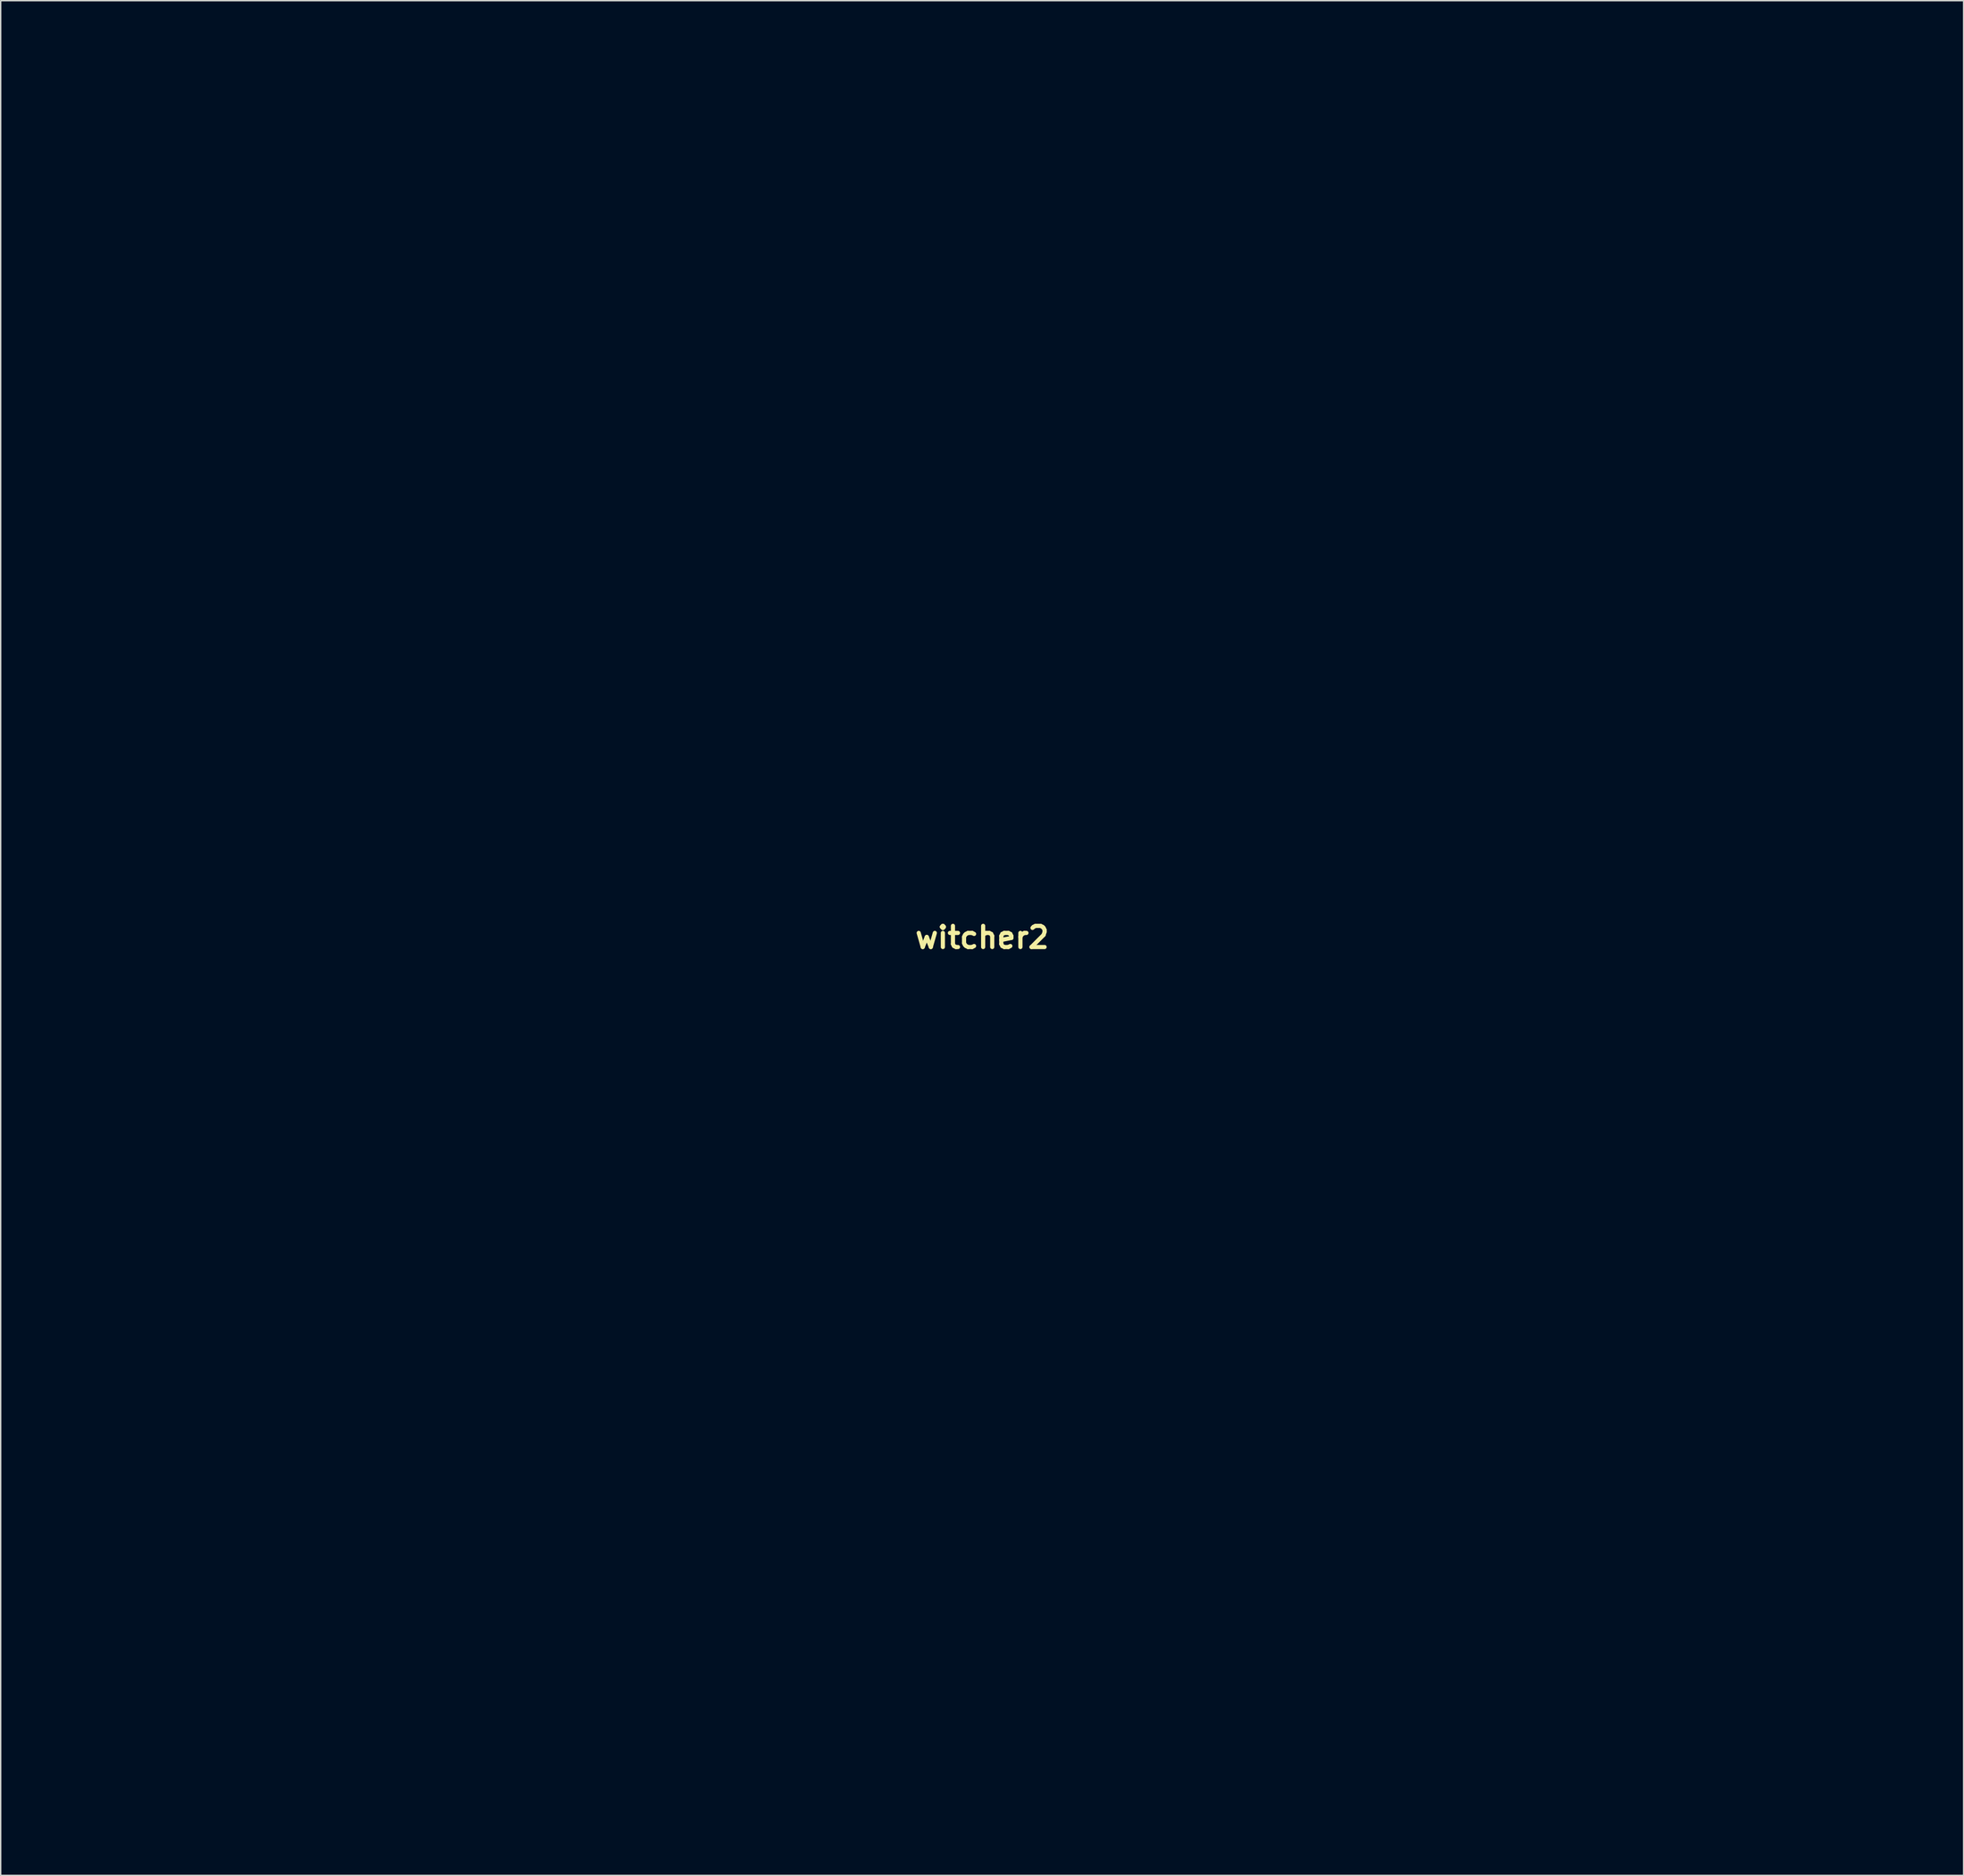
<source format=kicad_pcb>
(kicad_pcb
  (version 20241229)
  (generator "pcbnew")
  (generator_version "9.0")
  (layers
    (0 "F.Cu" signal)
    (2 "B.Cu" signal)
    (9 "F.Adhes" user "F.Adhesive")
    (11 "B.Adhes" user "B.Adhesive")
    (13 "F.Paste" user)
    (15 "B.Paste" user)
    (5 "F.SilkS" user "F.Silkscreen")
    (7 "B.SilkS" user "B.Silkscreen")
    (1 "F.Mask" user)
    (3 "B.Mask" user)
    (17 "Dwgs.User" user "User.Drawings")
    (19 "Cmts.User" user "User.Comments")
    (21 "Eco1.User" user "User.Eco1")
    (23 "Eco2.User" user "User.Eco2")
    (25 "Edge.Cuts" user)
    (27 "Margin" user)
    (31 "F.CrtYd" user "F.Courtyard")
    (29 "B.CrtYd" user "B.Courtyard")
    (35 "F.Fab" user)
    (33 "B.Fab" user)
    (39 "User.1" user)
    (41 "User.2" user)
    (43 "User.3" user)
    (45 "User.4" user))
  (footprint "witcher2"
    (layer "F.Cu")
    (at 67.738 64.521)
    (property "Reference" "witcher2" (at 0 0 0) (layer "F.SilkS") (effects (font (size 1.524 1.524) (thickness 0.3))))
    (attr through_hole)
    (fp_poly (pts (xy -6.074 48.932) (xy -5.884 49.022) (xy -5.479 49.225) (xy -4.933 49.424) (xy -4.274 49.612) (xy -3.531 49.778) (xy -3.415 49.801) (xy -3.109 49.856) (xy -2.823 49.9) (xy -2.532 49.933) (xy -2.208 49.957) (xy -1.827 49.974) (xy -1.363 49.985) (xy -0.788 49.99) (xy -0.079 49.993) (xy 0.169 49.993) (xy 0.962 49.992) (xy 1.61 49.987) (xy 2.141 49.976) (xy 2.578 49.958) (xy 2.947 49.933) (xy 3.275 49.899) (xy 3.586 49.855) (xy 3.683 49.839) (xy 4.411 49.697) (xy 5.091 49.526) (xy 5.688 49.336) (xy 6.166 49.139) (xy 6.324 49.056) (xy 6.553 48.949) (xy 6.699 48.925) (xy 6.74 48.979) (xy 6.652 49.104) (xy 6.62 49.134) (xy 6.33 49.328) (xy 5.892 49.525) (xy 5.327 49.72) (xy 4.655 49.905) (xy 3.897 50.074) (xy 3.387 50.17) (xy 3.078 50.209) (xy 2.635 50.245) (xy 2.093 50.279) (xy 1.485 50.307) (xy 0.843 50.33) (xy 0.203 50.346) (xy -0.404 50.355) (xy -0.943 50.355) (xy -1.382 50.345) (xy -1.686 50.325) (xy -1.693 50.324) (xy -2.7 50.185) (xy -3.611 50.022) (xy -4.414 49.837) (xy -5.093 49.636) (xy -5.636 49.422) (xy -6.027 49.198) (xy -6.115 49.128) (xy -6.225 48.993) (xy -6.202 48.923) (xy -6.074 48.932)) (stroke (width 0.01) (type solid)) (fill no) (layer "Eco2.User"))
    (fp_poly (pts (xy 67.733 64.601) (xy -67.733 64.601) (xy -67.733 47.096) (xy -7.501 47.096) (xy -7.497 47.183) (xy -7.475 47.417) (xy -7.438 47.777) (xy -7.387 48.243) (xy -7.324 48.793) (xy -7.253 49.407) (xy -7.228 49.616) (xy -7.138 50.369) (xy -7.061 50.972) (xy -6.993 51.445) (xy -6.927 51.805) (xy -6.858 52.071) (xy -6.78 52.262) (xy -6.686 52.396) (xy -6.571 52.492) (xy -6.43 52.569) (xy -6.284 52.634) (xy -6.032 52.723) (xy -5.646 52.836) (xy -5.159 52.968) (xy -4.601 53.109) (xy -4.005 53.252) (xy -3.403 53.389) (xy -2.827 53.514) (xy -2.31 53.618) (xy -1.882 53.694) (xy -1.693 53.721) (xy -0.999 53.803) (xy -0.412 53.854) (xy 0.119 53.875) (xy 0.645 53.866) (xy 1.214 53.826) (xy 1.879 53.756) (xy 2.201 53.717) (xy 2.566 53.661) (xy 3.038 53.573) (xy 3.587 53.459) (xy 4.179 53.329) (xy 4.784 53.188) (xy 5.368 53.045) (xy 5.899 52.907) (xy 6.345 52.783) (xy 6.673 52.679) (xy 6.788 52.635) (xy 6.957 52.56) (xy 7.094 52.482) (xy 7.205 52.381) (xy 7.296 52.239) (xy 7.372 52.038) (xy 7.441 51.76) (xy 7.506 51.384) (xy 7.575 50.894) (xy 7.652 50.27) (xy 7.73 49.615) (xy 7.803 48.985) (xy 7.869 48.412) (xy 7.924 47.916) (xy 7.967 47.52) (xy 7.994 47.242) (xy 8.005 47.105) (xy 8.004 47.095) (xy 7.922 47.11) (xy 7.742 47.175) (xy 7.678 47.201) (xy 7.423 47.286) (xy 7.199 47.328) (xy 7.173 47.329) (xy 6.966 47.405) (xy 6.787 47.583) (xy 6.613 47.76) (xy 6.42 47.822) (xy 6.183 47.766) (xy 5.874 47.587) (xy 5.674 47.443) (xy 5.151 47.05) (xy 3.825 47.443) (xy 2.817 47.722) (xy 1.922 47.923) (xy 1.102 48.046) (xy 0.321 48.092) (xy -0.458 48.059) (xy -1.271 47.949) (xy -2.156 47.761) (xy -3.148 47.494) (xy -3.319 47.445) (xy -4.649 47.054) (xy -5.169 47.446) (xy -5.526 47.689) (xy -5.797 47.808) (xy -6.01 47.807) (xy -6.19 47.688) (xy -6.279 47.583) (xy -6.481 47.389) (xy -6.665 47.329) (xy -6.875 47.296) (xy -7.132 47.216) (xy -7.17 47.201) (xy -7.37 47.125) (xy -7.489 47.094) (xy -7.501 47.096) (xy -67.733 47.096) (xy -67.733 44.717) (xy -34.032 44.717) (xy -34.02 44.722) (xy -33.97 44.645) (xy -33.836 44.43) (xy -33.62 44.083) (xy -33.327 43.611) (xy -32.961 43.019) (xy -32.526 42.315) (xy -32.026 41.505) (xy -31.464 40.594) (xy -30.844 39.59) (xy -30.171 38.497) (xy -29.447 37.324) (xy -28.678 36.076) (xy -27.867 34.759) (xy -27.017 33.379) (xy -26.133 31.944) (xy -25.219 30.459) (xy -24.278 28.93) (xy -23.411 27.521) (xy -22.45 25.959) (xy -21.513 24.435) (xy -20.604 22.956) (xy -19.727 21.528) (xy -18.884 20.156) (xy -18.081 18.847) (xy -17.546 17.975) (xy -10.103 17.975) (xy -10.088 18.858) (xy -10.057 19.854) (xy -10.01 20.947) (xy -9.95 22.125) (xy -9.875 23.372) (xy -9.788 24.676) (xy -9.688 26.021) (xy -9.576 27.394) (xy -9.454 28.781) (xy -9.322 30.168) (xy -9.312 30.268) (xy -9.277 30.622) (xy -9.23 31.102) (xy -9.176 31.664) (xy -9.118 32.267) (xy -9.061 32.866) (xy -9.058 32.893) (xy -9.001 33.483) (xy -8.944 34.072) (xy -8.889 34.616) (xy -8.842 35.077) (xy -8.806 35.414) (xy -8.804 35.433) (xy -8.768 35.768) (xy -8.718 36.227) (xy -8.661 36.768) (xy -8.6 37.345) (xy -8.548 37.846) (xy -8.498 38.316) (xy -8.433 38.923) (xy -8.356 39.636) (xy -8.27 40.423) (xy -8.179 41.252) (xy -8.086 42.094) (xy -7.998 42.887) (xy -7.915 43.628) (xy -7.839 44.318) (xy -7.771 44.938) (xy -7.713 45.47) (xy -7.668 45.895) (xy -7.636 46.195) (xy -7.621 46.352) (xy -7.62 46.37) (xy -7.546 46.464) (xy -7.359 46.568) (xy -7.112 46.661) (xy -6.859 46.721) (xy -6.741 46.732) (xy -6.588 46.724) (xy -6.528 46.664) (xy -6.536 46.503) (xy -6.552 46.394) (xy -6.611 45.967) (xy -6.678 45.381) (xy -6.75 44.649) (xy -6.829 43.783) (xy -6.911 42.793) (xy -6.998 41.69) (xy -7.088 40.487) (xy -7.179 39.195) (xy -7.196 38.943) (xy -6.665 38.943) (xy -6.656 39.802) (xy -6.635 40.721) (xy -6.602 41.671) (xy -6.559 42.625) (xy -6.508 43.556) (xy -6.449 44.434) (xy -6.383 45.234) (xy -6.313 45.926) (xy -6.239 46.483) (xy -6.221 46.593) (xy -6.129 47.039) (xy -6.026 47.328) (xy -5.9 47.471) (xy -5.739 47.48) (xy -5.531 47.367) (xy -5.47 47.321) (xy -5.304 47.157) (xy -5.097 46.907) (xy -4.921 46.665) (xy -4.597 46.186) (xy -4.745 45.212) (xy -4.812 44.737) (xy -4.875 44.239) (xy -4.925 43.791) (xy -4.946 43.561) (xy -4.999 42.884) (xy -4.697 43.889) (xy -4.57 44.303) (xy -4.451 44.68) (xy -4.352 44.979) (xy -4.289 45.152) (xy -4.184 45.41) (xy -3.904 44.784) (xy -3.764 44.449) (xy -3.687 44.177) (xy -3.677 43.925) (xy -3.71 43.773) (xy -3.471 43.773) (xy -3.454 44.05) (xy -3.408 44.409) (xy -3.34 44.812) (xy -3.257 45.219) (xy -3.168 45.593) (xy -3.082 45.895) (xy -3.006 46.086) (xy -2.975 46.127) (xy -2.804 46.191) (xy -2.512 46.228) (xy -2.286 46.234) (xy -1.697 46.238) (xy -1.176 46.259) (xy -0.748 46.292) (xy -0.439 46.337) (xy -0.286 46.385) (xy -0.06 46.453) (xy 0.248 46.476) (xy 0.558 46.453) (xy 0.781 46.387) (xy 0.973 46.332) (xy 1.309 46.287) (xy 1.761 46.255) (xy 2.304 46.237) (xy 2.804 46.235) (xy 3.179 46.219) (xy 3.413 46.163) (xy 3.492 46.111) (xy 3.556 45.98) (xy 3.635 45.721) (xy 3.721 45.374) (xy 3.806 44.977) (xy 3.882 44.57) (xy 3.94 44.192) (xy 3.957 44.038) (xy 4.182 44.038) (xy 4.242 44.35) (xy 4.384 44.72) (xy 4.409 44.777) (xy 4.562 45.096) (xy 4.671 45.264) (xy 4.74 45.289) (xy 4.753 45.273) (xy 4.801 45.151) (xy 4.886 44.9) (xy 4.998 44.553) (xy 5.124 44.144) (xy 5.163 44.018) (xy 5.504 42.884) (xy 5.453 43.519) (xy 5.419 43.87) (xy 5.366 44.324) (xy 5.301 44.814) (xy 5.25 45.169) (xy 5.098 46.184) (xy 5.393 46.628) (xy 5.657 46.983) (xy 5.919 47.259) (xy 6.154 47.433) (xy 6.335 47.481) (xy 6.339 47.48) (xy 6.474 47.39) (xy 6.579 47.239) (xy 6.666 46.97) (xy 6.748 46.548) (xy 6.824 45.99) (xy 6.893 45.311) (xy 6.954 44.528) (xy 7.006 43.657) (xy 7.047 42.715) (xy 7.077 41.717) (xy 7.095 40.68) (xy 7.099 39.62) (xy 7.096 39.05) (xy 7.07 36.318) (xy 6.401 38.161) (xy 5.962 39.361) (xy 5.573 40.401) (xy 5.233 41.281) (xy 4.943 42.003) (xy 4.701 42.569) (xy 4.522 42.951) (xy 4.319 43.388) (xy 4.206 43.734) (xy 4.182 44.038) (xy 3.957 44.038) (xy 3.973 43.884) (xy 3.978 43.765) (xy 3.923 43.491) (xy 3.778 43.166) (xy 3.721 43.071) (xy 3.467 42.665) (xy 3.087 42.938) (xy 2.839 43.15) (xy 2.675 43.391) (xy 2.568 43.713) (xy 2.51 44.027) (xy 2.49 44.079) (xy 2.473 43.982) (xy 2.467 43.857) (xy 2.412 43.513) (xy 2.259 43.175) (xy 1.984 42.798) (xy 1.933 42.738) (xy 1.736 42.507) (xy 1.476 42.744) (xy 1.269 42.951) (xy 1.095 43.155) (xy 1.073 43.184) (xy 0.971 43.3) (xy 0.931 43.269) (xy 0.931 43.262) (xy 0.878 43.136) (xy 0.74 42.935) (xy 0.593 42.757) (xy 0.254 42.376) (xy -0.084 42.746) (xy -0.268 42.969) (xy -0.391 43.159) (xy -0.423 43.253) (xy -0.46 43.295) (xy -0.567 43.188) (xy -0.605 43.136) (xy -0.802 42.902) (xy -1.016 42.697) (xy -1.246 42.51) (xy -1.597 42.941) (xy -1.794 43.2) (xy -1.902 43.407) (xy -1.948 43.633) (xy -1.96 43.848) (xy -1.971 44.057) (xy -1.987 44.132) (xy -2.003 44.069) (xy -2.078 43.64) (xy -2.2 43.329) (xy -2.394 43.087) (xy -2.579 42.938) (xy -2.959 42.665) (xy -3.213 43.071) (xy -3.386 43.411) (xy -3.467 43.718) (xy -3.471 43.773) (xy -3.71 43.773) (xy -3.737 43.649) (xy -3.87 43.304) (xy -4.046 42.919) (xy -4.271 42.413) (xy -4.546 41.748) (xy -4.872 40.922) (xy -5.247 39.937) (xy -5.673 38.791) (xy -5.969 37.98) (xy -6.582 36.294) (xy -6.64 37.514) (xy -6.66 38.171) (xy -6.665 38.943) (xy -7.196 38.943) (xy -7.272 37.825) (xy -7.364 36.388) (xy -7.457 34.896) (xy -7.533 33.613) (xy -7.575 32.887) (xy -7.616 32.18) (xy -7.654 31.52) (xy -7.689 30.932) (xy -7.717 30.444) (xy -7.738 30.081) (xy -7.747 29.93) (xy -7.801 28.985) (xy -7.854 28.027) (xy -7.906 27.072) (xy -7.956 26.133) (xy -8.003 25.227) (xy -8.046 24.369) (xy -8.085 23.572) (xy -8.119 22.853) (xy -8.147 22.226) (xy -8.168 21.707) (xy -8.182 21.31) (xy -8.188 21.05) (xy -8.185 20.943) (xy -8.185 20.941) (xy -8.163 21.006) (xy -8.129 21.207) (xy -8.088 21.513) (xy -8.048 21.862) (xy -8.01 22.217) (xy -7.958 22.703) (xy -7.895 23.286) (xy -7.825 23.928) (xy -7.753 24.595) (xy -7.702 25.061) (xy -7.623 25.797) (xy -7.531 26.645) (xy -7.435 27.549) (xy -7.338 28.453) (xy -7.248 29.301) (xy -7.2 29.76) (xy -7.131 30.405) (xy -7.064 31.01) (xy -7.003 31.55) (xy -6.95 32.001) (xy -6.908 32.338) (xy -6.88 32.536) (xy -6.876 32.554) (xy -6.812 32.893) (xy -6.509 32.004) (xy -6.376 31.606) (xy -6.292 31.314) (xy -6.249 31.071) (xy -6.243 30.933) (xy -4.981 30.933) (xy -4.977 31.03) (xy -4.933 31.482) (xy -4.848 31.836) (xy -4.72 32.136) (xy -4.362 32.657) (xy -3.866 33.104) (xy -3.257 33.462) (xy -2.556 33.714) (xy -2.475 33.735) (xy -2.107 33.817) (xy -1.842 33.852) (xy -1.62 33.843) (xy -1.382 33.791) (xy -1.351 33.782) (xy -1.008 33.609) (xy -0.684 33.303) (xy -0.413 32.899) (xy -0.344 32.756) (xy -0.18 32.435) (xy -0.019 32.254) (xy 0.167 32.185) (xy 0.312 32.188) (xy 0.461 32.233) (xy 0.592 32.35) (xy 0.738 32.574) (xy 0.82 32.723) (xy 1.138 33.23) (xy 1.478 33.578) (xy 1.86 33.775) (xy 2.303 33.832) (xy 2.828 33.759) (xy 2.894 33.743) (xy 3.661 33.492) (xy 4.284 33.166) (xy 4.774 32.757) (xy 5.144 32.257) (xy 5.226 32.102) (xy 5.344 31.838) (xy 5.415 31.6) (xy 5.45 31.325) (xy 5.461 30.956) (xy 5.461 30.911) (xy 6.736 30.911) (xy 6.756 31.151) (xy 6.811 31.398) (xy 6.91 31.711) (xy 7.004 31.985) (xy 7.128 32.333) (xy 7.232 32.61) (xy 7.305 32.784) (xy 7.332 32.828) (xy 7.347 32.741) (xy 7.378 32.501) (xy 7.423 32.126) (xy 7.481 31.631) (xy 7.55 31.034) (xy 7.627 30.351) (xy 7.711 29.598) (xy 7.801 28.792) (xy 7.894 27.948) (xy 7.989 27.084) (xy 8.084 26.217) (xy 8.177 25.361) (xy 8.266 24.535) (xy 8.35 23.753) (xy 8.426 23.033) (xy 8.494 22.392) (xy 8.55 21.845) (xy 8.594 21.409) (xy 8.623 21.1) (xy 8.635 20.935) (xy 8.636 20.92) (xy 8.661 20.838) (xy 8.682 20.846) (xy 8.692 20.941) (xy 8.693 21.178) (xy 8.684 21.531) (xy 8.668 21.973) (xy 8.644 22.478) (xy 8.641 22.532) (xy 8.612 23.073) (xy 8.577 23.74) (xy 8.537 24.488) (xy 8.495 25.274) (xy 8.454 26.054) (xy 8.422 26.67) (xy 8.292 29.106) (xy 8.166 31.377) (xy 8.045 33.491) (xy 7.927 35.451) (xy 7.812 37.265) (xy 7.746 38.269) (xy 7.674 39.304) (xy 7.599 40.339) (xy 7.523 41.356) (xy 7.445 42.336) (xy 7.369 43.26) (xy 7.295 44.109) (xy 7.226 44.864) (xy 7.163 45.507) (xy 7.107 46.019) (xy 7.061 46.376) (xy 7.035 46.601) (xy 7.06 46.705) (xy 7.157 46.735) (xy 7.228 46.736) (xy 7.447 46.704) (xy 7.72 46.625) (xy 7.788 46.6) (xy 8.001 46.486) (xy 8.119 46.368) (xy 8.128 46.333) (xy 8.137 46.228) (xy 8.163 45.971) (xy 8.204 45.58) (xy 8.258 45.072) (xy 8.324 44.464) (xy 8.399 43.772) (xy 8.481 43.014) (xy 8.57 42.207) (xy 8.662 41.368) (xy 8.756 40.514) (xy 8.851 39.661) (xy 8.944 38.827) (xy 9.033 38.029) (xy 9.058 37.804) (xy 9.113 37.302) (xy 9.181 36.657) (xy 9.259 35.895) (xy 9.345 35.041) (xy 9.436 34.121) (xy 9.531 33.16) (xy 9.626 32.185) (xy 9.719 31.219) (xy 9.807 30.29) (xy 9.888 29.423) (xy 9.96 28.643) (xy 10.019 27.976) (xy 10.03 27.855) (xy 10.166 26.227) (xy 10.284 24.681) (xy 10.384 23.227) (xy 10.467 21.874) (xy 10.53 20.628) (xy 10.575 19.5) (xy 10.601 18.498) (xy 10.607 17.63) (xy 10.593 16.904) (xy 10.559 16.33) (xy 10.505 15.917) (xy 10.383 15.527) (xy 10.205 15.284) (xy 9.982 15.194) (xy 9.723 15.262) (xy 9.553 15.384) (xy 9.472 15.492) (xy 9.324 15.726) (xy 9.124 16.062) (xy 8.886 16.476) (xy 8.623 16.945) (xy 8.52 17.132) (xy 7.627 18.756) (xy 7.452 21.125) (xy 7.38 22.106) (xy 7.309 23.068) (xy 7.237 24.045) (xy 7.162 25.07) (xy 7.081 26.178) (xy 6.991 27.402) (xy 6.936 28.152) (xy 6.896 28.686) (xy 6.853 29.257) (xy 6.81 29.797) (xy 6.776 30.226) (xy 6.746 30.622) (xy 6.736 30.911) (xy 5.461 30.911) (xy 5.461 30.861) (xy 5.449 30.365) (xy 5.413 29.986) (xy 5.356 29.738) (xy 5.282 29.64) (xy 5.269 29.64) (xy 5.191 29.703) (xy 5.031 29.868) (xy 4.817 30.107) (xy 4.663 30.285) (xy 4.364 30.616) (xy 4.036 30.947) (xy 3.737 31.22) (xy 3.647 31.294) (xy 3.175 31.665) (xy 0.24 31.665) (xy -2.694 31.665) (xy -3.116 31.332) (xy -3.359 31.118) (xy -3.66 30.821) (xy -3.97 30.491) (xy -4.118 30.323) (xy -4.363 30.044) (xy -4.569 29.82) (xy -4.711 29.677) (xy -4.759 29.64) (xy -4.832 29.71) (xy -4.897 29.911) (xy -4.947 30.207) (xy -4.977 30.56) (xy -4.981 30.933) (xy -6.243 30.933) (xy -6.239 30.824) (xy -6.254 30.517) (xy -6.27 30.311) (xy -6.3 29.924) (xy -6.338 29.426) (xy -6.38 28.875) (xy -6.421 28.327) (xy -6.43 28.194) (xy -6.482 27.49) (xy -6.544 26.65) (xy -6.613 25.71) (xy -6.687 24.702) (xy -6.763 23.661) (xy -6.84 22.621) (xy -6.914 21.615) (xy -6.983 20.678) (xy -6.987 20.62) (xy -7.124 18.762) (xy -7.158 18.699) (xy -5.603 18.699) (xy -5.601 18.965) (xy -5.583 19.382) (xy -5.548 19.941) (xy -5.498 20.632) (xy -5.433 21.446) (xy -5.417 21.634) (xy -5.348 22.456) (xy -5.274 23.34) (xy -5.199 24.242) (xy -5.127 25.119) (xy -5.061 25.927) (xy -5.005 26.622) (xy -4.991 26.797) (xy -4.925 27.579) (xy -4.864 28.202) (xy -4.808 28.677) (xy -4.753 29.015) (xy -4.7 29.226) (xy -4.68 29.274) (xy -4.549 29.476) (xy -4.325 29.759) (xy -4.038 30.089) (xy -3.721 30.431) (xy -3.404 30.752) (xy -3.119 31.018) (xy -2.93 31.172) (xy -2.599 31.411) (xy 3.107 31.411) (xy 3.437 31.171) (xy 3.701 30.951) (xy 4.027 30.639) (xy 4.374 30.279) (xy 4.702 29.912) (xy 4.972 29.582) (xy 5.089 29.419) (xy 5.155 29.311) (xy 5.209 29.197) (xy 5.254 29.055) (xy 5.293 28.864) (xy 5.33 28.602) (xy 5.369 28.248) (xy 5.411 27.78) (xy 5.461 27.178) (xy 5.495 26.755) (xy 5.552 26.053) (xy 5.619 25.23) (xy 5.692 24.332) (xy 5.769 23.407) (xy 5.844 22.501) (xy 5.915 21.663) (xy 5.924 21.55) (xy 5.98 20.869) (xy 6.03 20.242) (xy 6.071 19.688) (xy 6.102 19.228) (xy 6.122 18.881) (xy 6.13 18.668) (xy 6.127 18.608) (xy 6.015 18.542) (xy 6.007 18.542) (xy 5.932 18.599) (xy 5.747 18.761) (xy 5.465 19.017) (xy 5.099 19.355) (xy 4.662 19.764) (xy 4.166 20.231) (xy 3.624 20.745) (xy 3.19 21.159) (xy 0.45 23.776) (xy 0.395 24.99) (xy 0.373 25.516) (xy 0.356 26.066) (xy 0.343 26.577) (xy 0.338 26.987) (xy 0.338 27.009) (xy 0.329 27.373) (xy 0.306 27.681) (xy 0.273 27.887) (xy 0.254 27.94) (xy 0.213 27.939) (xy 0.186 27.783) (xy 0.172 27.465) (xy 0.17 27.263) (xy 0.166 26.879) (xy 0.155 26.383) (xy 0.139 25.83) (xy 0.12 25.278) (xy 0.113 25.121) (xy 0.058 23.784) (xy -2.534 21.311) (xy -3.212 20.665) (xy -3.778 20.125) (xy -4.241 19.684) (xy -4.614 19.332) (xy -4.906 19.059) (xy -5.128 18.855) (xy -5.291 18.713) (xy -5.404 18.621) (xy -5.479 18.572) (xy -5.525 18.555) (xy -5.554 18.561) (xy -5.576 18.581) (xy -5.587 18.592) (xy -5.603 18.699) (xy -7.158 18.699) (xy -8.014 17.135) (xy -8.282 16.651) (xy -8.531 16.212) (xy -8.747 15.844) (xy -8.915 15.568) (xy -9.023 15.409) (xy -9.045 15.384) (xy -9.323 15.212) (xy -9.569 15.202) (xy -9.776 15.347) (xy -9.935 15.641) (xy -10.037 16.076) (xy -10.046 16.138) (xy -10.082 16.601) (xy -10.101 17.218) (xy -10.103 17.975) (xy -17.546 17.975) (xy -17.321 17.608) (xy -16.608 16.445) (xy -15.945 15.364) (xy -15.337 14.37) (xy -14.788 13.472) (xy -14.301 12.674) (xy -13.879 11.984) (xy -13.528 11.406) (xy -13.251 10.949) (xy -13.051 10.617) (xy -12.932 10.418) (xy -12.899 10.357) (xy -12.995 10.363) (xy -13.25 10.412) (xy -13.662 10.502) (xy -14.224 10.633) (xy -14.934 10.804) (xy -15.763 11.007) (xy -16.212 11.123) (xy -16.551 11.231) (xy -16.837 11.354) (xy -17.126 11.517) (xy -17.476 11.747) (xy -17.541 11.791) (xy -17.74 11.927) (xy -18.067 12.148) (xy -18.507 12.446) (xy -19.05 12.812) (xy -19.68 13.238) (xy -20.386 13.714) (xy -21.153 14.232) (xy -21.97 14.782) (xy -22.823 15.357) (xy -23.643 15.909) (xy -24.494 16.483) (xy -25.302 17.03) (xy -26.058 17.543) (xy -26.749 18.014) (xy -27.367 18.436) (xy -27.899 18.802) (xy -28.334 19.104) (xy -28.663 19.334) (xy -28.873 19.486) (xy -28.955 19.551) (xy -28.956 19.553) (xy -28.973 19.654) (xy -29.023 19.915) (xy -29.106 20.334) (xy -29.22 20.904) (xy -29.364 21.622) (xy -29.538 22.483) (xy -29.74 23.482) (xy -29.971 24.615) (xy -30.228 25.877) (xy -30.51 27.263) (xy -30.818 28.77) (xy -30.822 28.787) (xy -30.995 29.635) (xy -31.179 30.534) (xy -31.365 31.445) (xy -31.546 32.333) (xy -31.714 33.159) (xy -31.863 33.886) (xy -31.962 34.375) (xy -32.089 34.995) (xy -32.242 35.745) (xy -32.413 36.586) (xy -32.596 37.481) (xy -32.783 38.393) (xy -32.965 39.284) (xy -33.104 39.963) (xy -33.26 40.726) (xy -33.411 41.466) (xy -33.553 42.16) (xy -33.68 42.784) (xy -33.789 43.317) (xy -33.874 43.734) (xy -33.93 44.012) (xy -33.938 44.048) (xy -33.997 44.366) (xy -34.029 44.6) (xy -34.032 44.717) (xy -67.733 44.717) (xy -67.733 29.524) (xy -60.615 29.524) (xy -60.601 29.524) (xy -60.561 29.505) (xy -60.485 29.461) (xy -60.368 29.389) (xy -60.202 29.282) (xy -59.978 29.137) (xy -59.69 28.947) (xy -59.33 28.709) (xy -58.89 28.417) (xy -58.363 28.066) (xy -57.742 27.652) (xy -57.019 27.169) (xy -56.186 26.612) (xy -55.236 25.977) (xy -54.162 25.259) (xy -52.955 24.453) (xy -52.747 24.314) (xy -51.654 23.583) (xy -50.556 22.848) (xy -49.465 22.119) (xy -48.397 21.404) (xy -47.365 20.713) (xy -46.382 20.055) (xy -45.462 19.439) (xy -44.619 18.874) (xy -43.867 18.37) (xy -43.219 17.936) (xy -42.69 17.581) (xy -42.418 17.399) (xy -41.918 17.062) (xy -41.294 16.643) (xy -40.564 16.153) (xy -39.746 15.603) (xy -38.856 15.005) (xy -37.912 14.371) (xy -36.931 13.712) (xy -35.931 13.039) (xy -34.928 12.365) (xy -33.94 11.702) (xy -33.782 11.595) (xy -32.816 10.946) (xy -31.846 10.294) (xy -30.886 9.649) (xy -29.954 9.022) (xy -29.064 8.423) (xy -28.232 7.863) (xy -27.473 7.352) (xy -27.061 7.075) (xy -9.885 7.075) (xy -9.833 8.261) (xy -9.775 9.006) (xy -9.714 9.63) (xy -9.643 10.274) (xy -9.564 10.917) (xy -9.48 11.539) (xy -9.396 12.119) (xy -9.314 12.636) (xy -9.237 13.069) (xy -9.168 13.399) (xy -9.111 13.603) (xy -9.069 13.663) (xy -9.065 13.66) (xy -9.016 13.561) (xy -8.916 13.332) (xy -8.777 13) (xy -8.611 12.592) (xy -8.468 12.234) (xy -8.18 11.525) (xy -7.859 10.756) (xy -7.517 9.96) (xy -7.171 9.17) (xy -6.834 8.419) (xy -6.566 7.84) (xy -5.592 7.84) (xy -5.577 8.483) (xy -5.534 9.166) (xy -5.463 9.869) (xy -5.367 10.57) (xy -5.244 11.248) (xy -5.096 11.882) (xy -5.083 11.928) (xy -5.011 12.131) (xy -4.94 12.228) (xy -4.912 12.224) (xy -4.846 12.113) (xy -4.74 11.891) (xy -4.617 11.607) (xy -4.614 11.599) (xy -4.438 11.199) (xy -4.207 10.706) (xy -3.944 10.166) (xy -3.669 9.623) (xy -3.407 9.12) (xy -3.219 8.777) (xy -2.614 8.777) (xy -2.577 9.263) (xy -2.556 9.44) (xy -2.495 9.813) (xy -2.403 10.241) (xy -2.29 10.692) (xy -2.164 11.138) (xy -2.034 11.549) (xy -1.91 11.894) (xy -1.801 12.143) (xy -1.715 12.267) (xy -1.694 12.275) (xy -1.648 12.201) (xy -1.561 12.001) (xy -1.447 11.712) (xy -1.377 11.522) (xy -1.219 11.115) (xy -1.016 10.63) (xy -0.801 10.141) (xy -0.678 9.873) (xy -0.496 9.474) (xy -0.333 9.089) (xy -0.208 8.767) (xy -0.15 8.588) (xy -0.093 8.348) (xy -0.096 8.225) (xy 0.611 8.225) (xy 0.617 8.414) (xy 0.626 8.472) (xy 0.679 8.661) (xy 0.791 8.967) (xy 0.948 9.353) (xy 1.134 9.782) (xy 1.216 9.962) (xy 1.426 10.428) (xy 1.628 10.892) (xy 1.803 11.31) (xy 1.931 11.635) (xy 1.956 11.705) (xy 2.058 11.985) (xy 2.139 12.188) (xy 2.182 12.276) (xy 2.184 12.277) (xy 2.23 12.206) (xy 2.324 12.024) (xy 2.421 11.818) (xy 2.584 11.397) (xy 2.748 10.866) (xy 2.898 10.284) (xy 3.018 9.709) (xy 3.094 9.199) (xy 3.103 9.102) (xy 3.116 8.61) (xy 3.051 8.248) (xy 2.895 7.988) (xy 2.877 7.975) (xy 3.267 7.975) (xy 3.499 8.369) (xy 3.667 8.671) (xy 3.887 9.087) (xy 4.141 9.581) (xy 4.407 10.112) (xy 4.668 10.643) (xy 4.905 11.135) (xy 5.096 11.55) (xy 5.165 11.704) (xy 5.296 11.999) (xy 5.4 12.22) (xy 5.46 12.332) (xy 5.469 12.339) (xy 5.497 12.254) (xy 5.556 12.044) (xy 5.633 11.749) (xy 5.66 11.642) (xy 5.851 10.75) (xy 5.989 9.806) (xy 6.072 8.854) (xy 6.097 7.939) (xy 6.061 7.105) (xy 5.999 6.598) (xy 5.94 6.283) (xy 5.881 6.097) (xy 5.803 6) (xy 5.695 5.956) (xy 5.359 5.956) (xy 4.978 6.099) (xy 4.57 6.373) (xy 4.154 6.766) (xy 3.746 7.263) (xy 3.595 7.48) (xy 3.267 7.975) (xy 2.877 7.975) (xy 2.638 7.804) (xy 2.496 7.742) (xy 2.224 7.654) (xy 1.992 7.633) (xy 1.708 7.671) (xy 1.635 7.686) (xy 1.308 7.778) (xy 0.997 7.902) (xy 0.874 7.968) (xy 0.685 8.1) (xy 0.611 8.225) (xy -0.096 8.225) (xy -0.097 8.208) (xy -0.173 8.105) (xy -0.256 8.037) (xy -0.506 7.895) (xy -0.849 7.761) (xy -1.209 7.661) (xy -1.511 7.62) (xy -1.521 7.62) (xy -1.729 7.658) (xy -1.998 7.754) (xy -2.119 7.811) (xy -2.354 7.962) (xy -2.51 8.155) (xy -2.594 8.417) (xy -2.614 8.777) (xy -3.219 8.777) (xy -3.178 8.703) (xy -3.071 8.52) (xy -2.769 8.023) (xy -2.921 7.758) (xy -3.281 7.204) (xy -3.674 6.731) (xy -4.081 6.355) (xy -4.484 6.091) (xy -4.863 5.952) (xy -5.199 5.954) (xy -5.235 5.964) (xy -5.366 6.091) (xy -5.467 6.362) (xy -5.537 6.758) (xy -5.579 7.258) (xy -5.592 7.84) (xy -6.566 7.84) (xy -6.52 7.739) (xy -6.244 7.163) (xy -6.092 6.858) (xy -5.921 6.517) (xy -5.783 6.229) (xy -5.696 6.029) (xy -5.673 5.955) (xy -5.678 5.941) (xy 6.116 5.941) (xy 6.524 6.717) (xy 6.739 7.144) (xy 7.004 7.7) (xy 7.306 8.354) (xy 7.631 9.078) (xy 7.968 9.842) (xy 8.302 10.617) (xy 8.622 11.374) (xy 8.885 12.016) (xy 9.069 12.47) (xy 9.236 12.883) (xy 9.374 13.223) (xy 9.47 13.458) (xy 9.504 13.54) (xy 9.555 13.643) (xy 9.594 13.646) (xy 9.636 13.529) (xy 9.692 13.27) (xy 9.704 13.208) (xy 9.753 12.937) (xy 9.818 12.54) (xy 9.894 12.058) (xy 9.972 11.534) (xy 10.024 11.176) (xy 10.127 10.353) (xy 13.41 10.353) (xy 13.451 10.426) (xy 13.577 10.636) (xy 13.782 10.974) (xy 14.061 11.434) (xy 14.41 12.008) (xy 14.825 12.687) (xy 15.3 13.465) (xy 15.831 14.334) (xy 16.413 15.285) (xy 17.042 16.312) (xy 17.712 17.407) (xy 18.419 18.562) (xy 19.159 19.77) (xy 19.927 21.022) (xy 20.717 22.311) (xy 21.526 23.63) (xy 22.349 24.971) (xy 23.18 26.326) (xy 24.016 27.688) (xy 24.851 29.049) (xy 25.681 30.401) (xy 26.502 31.736) (xy 27.307 33.048) (xy 28.094 34.328) (xy 28.856 35.569) (xy 29.59 36.762) (xy 30.291 37.902) (xy 30.954 38.979) (xy 31.574 39.986) (xy 32.146 40.915) (xy 32.667 41.76) (xy 33.131 42.511) (xy 33.533 43.163) (xy 33.869 43.706) (xy 34.135 44.133) (xy 34.325 44.437) (xy 34.346 44.471) (xy 34.49 44.682) (xy 34.581 44.783) (xy 34.607 44.76) (xy 34.584 44.683) (xy 34.559 44.579) (xy 34.504 44.328) (xy 34.424 43.947) (xy 34.321 43.455) (xy 34.199 42.87) (xy 34.063 42.21) (xy 33.917 41.494) (xy 33.863 41.233) (xy 33.695 40.407) (xy 33.521 39.552) (xy 33.347 38.7) (xy 33.18 37.883) (xy 33.028 37.137) (xy 32.896 36.493) (xy 32.801 36.026) (xy 32.677 35.417) (xy 32.528 34.69) (xy 32.365 33.892) (xy 32.198 33.07) (xy 32.035 32.272) (xy 31.921 31.708) (xy 31.791 31.071) (xy 31.634 30.303) (xy 31.458 29.438) (xy 31.269 28.51) (xy 31.074 27.554) (xy 30.88 26.604) (xy 30.694 25.694) (xy 30.651 25.485) (xy 30.483 24.66) (xy 30.317 23.846) (xy 30.158 23.066) (xy 30.01 22.343) (xy 29.88 21.702) (xy 29.771 21.165) (xy 29.688 20.758) (xy 29.655 20.593) (xy 29.428 19.468) (xy 27.689 18.296) (xy 27.294 18.03) (xy 26.778 17.682) (xy 26.159 17.265) (xy 25.458 16.792) (xy 24.692 16.276) (xy 23.883 15.731) (xy 23.048 15.168) (xy 22.206 14.601) (xy 21.59 14.185) (xy 17.23 11.246) (xy 15.338 10.782) (xy 14.798 10.651) (xy 14.314 10.537) (xy 13.912 10.446) (xy 13.613 10.383) (xy 13.442 10.353) (xy 13.41 10.353) (xy 10.127 10.353) (xy 10.202 9.747) (xy 10.323 8.397) (xy 10.387 7.139) (xy 10.393 5.987) (xy 10.34 4.954) (xy 10.23 4.053) (xy 10.062 3.297) (xy 10.055 3.272) (xy 9.958 2.945) (xy 9.572 2.997) (xy 9.132 3.11) (xy 8.638 3.323) (xy 8.15 3.609) (xy 7.725 3.935) (xy 7.307 4.311) (xy 7.636 5.51) (xy 7.751 5.939) (xy 7.845 6.312) (xy 7.91 6.596) (xy 7.939 6.762) (xy 7.939 6.789) (xy 7.898 6.747) (xy 7.802 6.575) (xy 7.666 6.299) (xy 7.503 5.944) (xy 7.459 5.845) (xy 7.285 5.468) (xy 7.127 5.159) (xy 7 4.944) (xy 6.92 4.851) (xy 6.91 4.85) (xy 6.821 4.931) (xy 6.671 5.117) (xy 6.492 5.372) (xy 6.466 5.41) (xy 6.116 5.941) (xy -5.678 5.941) (xy -5.717 5.837) (xy -5.83 5.634) (xy -5.983 5.39) (xy -6.148 5.147) (xy -6.297 4.948) (xy -6.401 4.837) (xy -6.423 4.826) (xy -6.484 4.899) (xy -6.597 5.098) (xy -6.747 5.395) (xy -6.918 5.759) (xy -6.945 5.821) (xy -7.116 6.198) (xy -7.263 6.516) (xy -7.372 6.745) (xy -7.429 6.854) (xy -7.432 6.858) (xy -7.452 6.826) (xy -7.427 6.648) (xy -7.359 6.341) (xy -7.252 5.92) (xy -7.11 5.403) (xy -7.081 5.301) (xy -6.799 4.311) (xy -7.217 3.935) (xy -7.652 3.602) (xy -8.148 3.314) (xy -8.649 3.102) (xy -9.074 2.995) (xy -9.47 2.942) (xy -9.566 3.298) (xy -9.724 4.054) (xy -9.83 4.949) (xy -9.884 5.964) (xy -9.885 7.075) (xy -27.061 7.075) (xy -26.804 6.901) (xy -26.239 6.521) (xy -25.796 6.222) (xy -25.696 6.155) (xy -25.071 5.732) (xy -24.406 5.284) (xy -23.739 4.834) (xy -23.107 4.407) (xy -22.546 4.029) (xy -22.14 3.756) (xy -21.615 3.401) (xy -21.002 2.985) (xy -20.321 2.523) (xy -19.594 2.028) (xy -19.56 2.006) (xy -10.275 2.006) (xy -10.094 2.259) (xy -10.004 2.387) (xy -9.923 2.491) (xy -9.831 2.575) (xy -9.713 2.643) (xy -9.549 2.698) (xy -9.322 2.744) (xy -9.016 2.785) (xy -8.61 2.825) (xy -8.089 2.866) (xy -7.434 2.914) (xy -6.646 2.969) (xy -4.066 3.121) (xy -1.588 3.206) (xy 0.84 3.224) (xy 3.273 3.174) (xy 5.764 3.057) (xy 7.154 2.965) (xy 7.95 2.908) (xy 8.595 2.861) (xy 9.107 2.819) (xy 9.503 2.781) (xy 9.801 2.743) (xy 10.019 2.701) (xy 10.176 2.653) (xy 10.287 2.595) (xy 10.372 2.523) (xy 10.448 2.435) (xy 10.518 2.346) (xy 10.788 2.006) (xy 7.447 2.066) (xy 5.669 2.092) (xy 3.767 2.11) (xy 1.786 2.12) (xy -0.229 2.123) (xy -2.233 2.117) (xy -4.181 2.103) (xy -6.029 2.08) (xy -6.937 2.066) (xy -10.275 2.006) (xy -19.56 2.006) (xy -18.84 1.515) (xy -18.081 0.997) (xy -17.336 0.489) (xy -16.627 0.004) (xy -15.974 -0.444) (xy -15.398 -0.84) (xy -14.919 -1.17) (xy -14.557 -1.42) (xy -14.53 -1.439) (xy -13.62 -2.074) (xy -13.657 -2.434) (xy -13.785 -2.859) (xy -14.068 -3.255) (xy -14.491 -3.608) (xy -15.042 -3.906) (xy -15.442 -4.059) (xy -15.633 -4.104) (xy -15.969 -4.166) (xy -16.428 -4.242) (xy -16.986 -4.328) (xy -17.622 -4.422) (xy -18.313 -4.52) (xy -19.035 -4.62) (xy -19.766 -4.718) (xy -20.484 -4.811) (xy -21.166 -4.896) (xy -21.788 -4.97) (xy -22.329 -5.031) (xy -22.765 -5.074) (xy -23.073 -5.097) (xy -23.162 -5.1) (xy -23.518 -5.08) (xy -23.901 -5.026) (xy -24.027 -5) (xy -24.164 -4.954) (xy -24.447 -4.85) (xy -24.866 -4.692) (xy -25.409 -4.483) (xy -26.065 -4.227) (xy -26.825 -3.931) (xy -27.676 -3.596) (xy -28.608 -3.229) (xy -29.609 -2.832) (xy -30.671 -2.411) (xy -31.78 -1.969) (xy -32.861 -1.537) (xy -41.259 1.82) (xy -42.416 3.471) (xy -42.589 3.72) (xy -42.854 4.098) (xy -43.204 4.599) (xy -43.634 5.214) (xy -44.137 5.934) (xy -44.708 6.751) (xy -45.34 7.657) (xy -46.029 8.642) (xy -46.767 9.7) (xy -47.55 10.821) (xy -48.371 11.997) (xy -49.225 13.22) (xy -50.106 14.481) (xy -51.007 15.773) (xy -51.923 17.085) (xy -52.024 17.23) (xy -52.923 18.517) (xy -53.796 19.768) (xy -54.639 20.975) (xy -55.447 22.131) (xy -56.213 23.229) (xy -56.935 24.262) (xy -57.606 25.223) (xy -58.222 26.104) (xy -58.777 26.898) (xy -59.267 27.599) (xy -59.686 28.199) (xy -60.031 28.691) (xy -60.294 29.068) (xy -60.473 29.322) (xy -60.561 29.447) (xy -60.57 29.459) (xy -60.592 29.487) (xy -60.609 29.51) (xy -60.615 29.524) (xy -67.733 29.524) (xy -67.733 -7.944) (xy -63.538 -7.944) (xy -63.461 -7.938) (xy -63.222 -7.932) (xy -62.827 -7.927) (xy -62.282 -7.921) (xy -61.595 -7.916) (xy -60.772 -7.911) (xy -59.82 -7.906) (xy -58.745 -7.902) (xy -57.555 -7.898) (xy -56.255 -7.894) (xy -54.854 -7.89) (xy -53.356 -7.887) (xy -51.77 -7.884) (xy -50.101 -7.881) (xy -48.357 -7.879) (xy -46.544 -7.877) (xy -44.669 -7.876) (xy -42.738 -7.875) (xy -40.758 -7.874) (xy -39.582 -7.874) (xy -37.518 -7.874) (xy -35.508 -7.875) (xy -33.558 -7.876) (xy -31.674 -7.878) (xy -29.862 -7.88) (xy -28.129 -7.883) (xy -26.481 -7.885) (xy -24.924 -7.889) (xy -23.465 -7.892) (xy -22.11 -7.896) (xy -20.865 -7.901) (xy -19.737 -7.905) (xy -18.731 -7.91) (xy -17.855 -7.916) (xy -17.114 -7.921) (xy -16.516 -7.927) (xy -16.065 -7.933) (xy -15.769 -7.939) (xy -15.633 -7.945) (xy -15.625 -7.947) (xy -15.707 -7.998) (xy -15.926 -8.13) (xy -16.273 -8.338) (xy -16.74 -8.616) (xy -17.319 -8.96) (xy -18 -9.364) (xy -18.775 -9.823) (xy -19.635 -10.333) (xy -20.572 -10.887) (xy -21.577 -11.481) (xy -22.641 -12.11) (xy -23.756 -12.768) (xy -24.913 -13.45) (xy -25.195 -13.617) (xy -34.684 -19.214) (xy -39.25 -17.433) (xy -40.145 -17.084) (xy -41.041 -16.735) (xy -41.917 -16.393) (xy -42.752 -16.068) (xy -43.524 -15.767) (xy -44.213 -15.499) (xy -44.796 -15.271) (xy -45.253 -15.093) (xy -45.424 -15.027) (xy -46.003 -14.802) (xy -46.687 -14.535) (xy -47.424 -14.249) (xy -48.16 -13.962) (xy -48.844 -13.696) (xy -48.98 -13.643) (xy -49.431 -13.468) (xy -50.017 -13.239) (xy -50.717 -12.966) (xy -51.507 -12.658) (xy -52.365 -12.324) (xy -53.27 -11.971) (xy -54.198 -11.609) (xy -55.127 -11.246) (xy -55.626 -11.052) (xy -56.53 -10.699) (xy -57.433 -10.347) (xy -58.314 -10.004) (xy -59.153 -9.678) (xy -59.928 -9.376) (xy -60.62 -9.107) (xy -61.208 -8.88) (xy -61.672 -8.7) (xy -61.891 -8.616) (xy -62.376 -8.427) (xy -62.809 -8.256) (xy -63.162 -8.112) (xy -63.412 -8.006) (xy -63.533 -7.948) (xy -63.538 -7.944) (xy -67.733 -7.944) (xy -67.733 -19.968) (xy -34.355 -19.968) (xy -34.272 -19.897) (xy -34.059 -19.754) (xy -33.735 -19.55) (xy -33.316 -19.297) (xy -32.822 -19.005) (xy -32.27 -18.685) (xy -31.949 -18.502) (xy -30.065 -17.429) (xy -28.246 -16.39) (xy -26.497 -15.387) (xy -24.821 -14.422) (xy -23.225 -13.5) (xy -21.713 -12.622) (xy -20.29 -11.792) (xy -18.962 -11.013) (xy -17.732 -10.288) (xy -16.607 -9.619) (xy -15.591 -9.01) (xy -14.69 -8.463) (xy -13.907 -7.982) (xy -13.248 -7.569) (xy -12.718 -7.228) (xy -12.323 -6.961) (xy -12.066 -6.771) (xy -11.965 -6.678) (xy -11.894 -6.515) (xy -11.811 -6.185) (xy -11.714 -5.688) (xy -11.603 -5.025) (xy -11.481 -4.197) (xy -11.345 -3.204) (xy -11.197 -2.048) (xy -11.036 -0.729) (xy -11.009 -0.504) (xy -10.94 0.085) (xy -10.877 0.619) (xy -10.825 1.075) (xy -10.785 1.429) (xy -10.76 1.659) (xy -10.753 1.74) (xy -10.669 1.752) (xy -10.42 1.763) (xy -10.012 1.774) (xy -9.449 1.783) (xy -8.735 1.791) (xy -7.876 1.799) (xy -6.875 1.805) (xy -5.739 1.81) (xy -4.471 1.815) (xy -3.077 1.818) (xy -1.561 1.82) (xy 0.073 1.82) (xy 0.244 1.82) (xy 11.241 1.82) (xy 11.342 0.931) (xy 11.488 -0.323) (xy 11.63 -1.493) (xy 11.742 -2.372) (xy 14.133 -2.372) (xy 14.209 -2.088) (xy 14.375 -1.906) (xy 14.618 -1.732) (xy 14.986 -1.474) (xy 15.464 -1.142) (xy 16.037 -0.747) (xy 16.688 -0.298) (xy 17.404 0.192) (xy 18.168 0.714) (xy 18.965 1.258) (xy 19.6 1.69) (xy 20.544 2.33) (xy 21.388 2.903) (xy 22.154 3.423) (xy 22.864 3.904) (xy 23.541 4.362) (xy 24.207 4.813) (xy 24.884 5.27) (xy 25.595 5.75) (xy 26.362 6.267) (xy 27.207 6.836) (xy 28.152 7.473) (xy 28.998 8.043) (xy 30.325 8.936) (xy 31.528 9.746) (xy 32.623 10.483) (xy 33.628 11.16) (xy 34.559 11.786) (xy 35.432 12.373) (xy 36.264 12.933) (xy 37.072 13.475) (xy 37.872 14.013) (xy 38.681 14.556) (xy 39.515 15.116) (xy 40.391 15.704) (xy 41.326 16.33) (xy 42.336 17.007) (xy 43.437 17.746) (xy 44.067 18.168) (xy 45.161 18.902) (xy 46.343 19.694) (xy 47.586 20.527) (xy 48.864 21.384) (xy 50.151 22.248) (xy 51.422 23.1) (xy 52.65 23.924) (xy 53.81 24.702) (xy 54.875 25.416) (xy 55.624 25.918) (xy 56.481 26.493) (xy 57.299 27.04) (xy 58.065 27.552) (xy 58.768 28.021) (xy 59.399 28.441) (xy 59.945 28.803) (xy 60.396 29.101) (xy 60.741 29.327) (xy 60.969 29.475) (xy 61.07 29.536) (xy 61.073 29.538) (xy 61.066 29.483) (xy 60.977 29.328) (xy 60.852 29.146) (xy 60.747 29) (xy 60.556 28.729) (xy 60.289 28.349) (xy 59.956 27.874) (xy 59.568 27.319) (xy 59.134 26.698) (xy 58.665 26.027) (xy 58.171 25.32) (xy 57.991 25.061) (xy 57.454 24.291) (xy 56.907 23.507) (xy 56.366 22.731) (xy 55.846 21.986) (xy 55.362 21.292) (xy 54.929 20.671) (xy 54.563 20.146) (xy 54.278 19.737) (xy 54.271 19.727) (xy 53.564 18.713) (xy 52.799 17.617) (xy 51.972 16.432) (xy 51.077 15.151) (xy 50.109 13.766) (xy 49.064 12.27) (xy 47.937 10.656) (xy 46.721 8.916) (xy 45.608 7.324) (xy 41.762 1.82) (xy 33.56 -1.462) (xy 32.425 -1.915) (xy 31.327 -2.354) (xy 30.276 -2.772) (xy 29.283 -3.167) (xy 28.36 -3.532) (xy 27.518 -3.865) (xy 26.768 -4.161) (xy 26.122 -4.414) (xy 25.59 -4.621) (xy 25.184 -4.778) (xy 24.915 -4.879) (xy 24.807 -4.917) (xy 24.424 -5.012) (xy 24.011 -5.077) (xy 23.749 -5.094) (xy 23.576 -5.084) (xy 23.259 -5.055) (xy 22.818 -5.009) (xy 22.278 -4.949) (xy 21.661 -4.877) (xy 20.989 -4.798) (xy 20.285 -4.713) (xy 19.573 -4.625) (xy 18.873 -4.538) (xy 18.21 -4.453) (xy 17.606 -4.374) (xy 17.084 -4.303) (xy 16.666 -4.243) (xy 16.374 -4.197) (xy 16.256 -4.175) (xy 15.909 -4.06) (xy 15.502 -3.879) (xy 15.103 -3.663) (xy 14.779 -3.449) (xy 14.704 -3.388) (xy 14.386 -3.045) (xy 14.194 -2.698) (xy 14.133 -2.372) (xy 11.742 -2.372) (xy 11.767 -2.568) (xy 11.898 -3.539) (xy 12.021 -4.398) (xy 12.135 -5.134) (xy 12.238 -5.74) (xy 12.329 -6.204) (xy 12.407 -6.519) (xy 12.471 -6.675) (xy 12.473 -6.678) (xy 12.626 -6.815) (xy 12.926 -7.033) (xy 13.369 -7.329) (xy 13.954 -7.704) (xy 14.347 -7.949) (xy 16.133 -7.949) (xy 16.21 -7.942) (xy 16.45 -7.935) (xy 16.848 -7.929) (xy 17.398 -7.923) (xy 18.095 -7.917) (xy 18.933 -7.912) (xy 19.906 -7.907) (xy 21.008 -7.902) (xy 22.235 -7.897) (xy 23.579 -7.893) (xy 25.036 -7.889) (xy 26.6 -7.886) (xy 28.265 -7.883) (xy 30.025 -7.88) (xy 31.875 -7.878) (xy 33.809 -7.876) (xy 35.822 -7.875) (xy 37.907 -7.874) (xy 40.059 -7.874) (xy 40.09 -7.874) (xy 42.095 -7.874) (xy 44.055 -7.875) (xy 45.963 -7.876) (xy 47.813 -7.878) (xy 49.599 -7.88) (xy 51.312 -7.882) (xy 52.948 -7.885) (xy 54.498 -7.888) (xy 55.956 -7.892) (xy 57.316 -7.896) (xy 58.571 -7.9) (xy 59.714 -7.905) (xy 60.739 -7.909) (xy 61.638 -7.914) (xy 62.405 -7.92) (xy 63.034 -7.925) (xy 63.517 -7.931) (xy 63.849 -7.936) (xy 64.021 -7.942) (xy 64.046 -7.946) (xy 63.931 -8.009) (xy 63.704 -8.107) (xy 63.409 -8.222) (xy 63.373 -8.235) (xy 63.186 -8.306) (xy 62.858 -8.432) (xy 62.404 -8.607) (xy 61.84 -8.825) (xy 61.184 -9.08) (xy 60.449 -9.365) (xy 59.654 -9.674) (xy 58.813 -10.002) (xy 58.081 -10.287) (xy 57.04 -10.694) (xy 55.879 -11.147) (xy 54.638 -11.63) (xy 53.357 -12.13) (xy 52.073 -12.631) (xy 50.826 -13.117) (xy 49.654 -13.573) (xy 48.599 -13.984) (xy 47.707 -14.332) (xy 46.833 -14.672) (xy 45.996 -14.998) (xy 45.212 -15.304) (xy 44.499 -15.581) (xy 43.877 -15.824) (xy 43.361 -16.025) (xy 42.971 -16.177) (xy 42.757 -16.261) (xy 42.439 -16.385) (xy 41.988 -16.561) (xy 41.428 -16.78) (xy 40.783 -17.032) (xy 40.078 -17.307) (xy 39.338 -17.597) (xy 38.585 -17.89) (xy 38.444 -17.946) (xy 35.19 -19.217) (xy 30.655 -16.538) (xy 29.711 -15.981) (xy 28.654 -15.356) (xy 27.514 -14.684) (xy 26.325 -13.982) (xy 25.117 -13.27) (xy 23.923 -12.566) (xy 22.775 -11.889) (xy 21.705 -11.258) (xy 21.167 -10.941) (xy 20.328 -10.447) (xy 19.532 -9.977) (xy 18.791 -9.538) (xy 18.116 -9.138) (xy 17.519 -8.784) (xy 17.014 -8.482) (xy 16.611 -8.241) (xy 16.324 -8.068) (xy 16.163 -7.969) (xy 16.133 -7.949) (xy 14.347 -7.949) (xy 14.678 -8.155) (xy 15.54 -8.681) (xy 16.536 -9.281) (xy 17.665 -9.954) (xy 18.925 -10.697) (xy 20.313 -11.511) (xy 21.827 -12.393) (xy 23.464 -13.343) (xy 25.224 -14.359) (xy 27.102 -15.439) (xy 29.098 -16.582) (xy 30.141 -17.179) (xy 30.954 -17.644) (xy 31.723 -18.087) (xy 32.437 -18.5) (xy 33.082 -18.876) (xy 33.646 -19.207) (xy 34.116 -19.486) (xy 34.48 -19.706) (xy 34.724 -19.858) (xy 34.835 -19.935) (xy 34.84 -19.941) (xy 34.872 -20.107) (xy 34.864 -20.127) (xy 39.031 -20.127) (xy 39.103 -20.138) (xy 39.297 -20.207) (xy 39.583 -20.323) (xy 39.857 -20.441) (xy 40.264 -20.615) (xy 40.767 -20.821) (xy 41.304 -21.034) (xy 41.81 -21.227) (xy 41.825 -21.233) (xy 42.917 -21.62) (xy 44.16 -22.027) (xy 45.557 -22.452) (xy 47.11 -22.899) (xy 48.821 -23.366) (xy 50.694 -23.854) (xy 52.73 -24.364) (xy 54.822 -24.872) (xy 55.015 -24.933) (xy 55.059 -24.986) (xy 55.033 -25.002) (xy 54.93 -25.023) (xy 54.673 -25.069) (xy 54.278 -25.136) (xy 53.757 -25.222) (xy 53.125 -25.326) (xy 52.396 -25.444) (xy 51.585 -25.575) (xy 50.704 -25.715) (xy 49.769 -25.864) (xy 49.276 -25.942) (xy 43.646 -26.833) (xy 43.228 -26.392) (xy 42.605 -25.687) (xy 41.949 -24.864) (xy 41.289 -23.964) (xy 40.653 -23.026) (xy 40.069 -22.091) (xy 39.567 -21.198) (xy 39.546 -21.159) (xy 39.354 -20.79) (xy 39.195 -20.476) (xy 39.083 -20.247) (xy 39.033 -20.133) (xy 39.031 -20.127) (xy 34.864 -20.127) (xy 34.795 -20.3) (xy 34.739 -20.375) (xy 34.646 -20.452) (xy 34.499 -20.537) (xy 34.278 -20.639) (xy 33.967 -20.765) (xy 33.545 -20.924) (xy 32.996 -21.123) (xy 32.466 -21.312) (xy 32.194 -21.409) (xy 33.7 -21.409) (xy 33.799 -21.279) (xy 33.801 -21.277) (xy 33.907 -21.23) (xy 34.129 -21.143) (xy 34.423 -21.032) (xy 34.747 -20.912) (xy 35.055 -20.801) (xy 35.306 -20.714) (xy 35.456 -20.667) (xy 35.461 -20.665) (xy 35.536 -20.71) (xy 35.709 -20.833) (xy 35.943 -21.009) (xy 35.969 -21.029) (xy 37.226 -22.088) (xy 38.462 -23.307) (xy 39.674 -24.679) (xy 40.855 -26.197) (xy 42.001 -27.852) (xy 43.107 -29.637) (xy 44.169 -31.543) (xy 45.181 -33.563) (xy 46.139 -35.69) (xy 47.039 -37.915) (xy 47.874 -40.23) (xy 48.012 -40.64) (xy 48.275 -41.438) (xy 48.495 -42.124) (xy 48.669 -42.691) (xy 48.795 -43.129) (xy 48.87 -43.429) (xy 48.892 -43.584) (xy 48.882 -43.603) (xy 48.803 -43.552) (xy 48.626 -43.412) (xy 48.38 -43.209) (xy 48.189 -43.048) (xy 47.54 -42.492) (xy 47.023 -41.206) (xy 46.25 -39.366) (xy 45.413 -37.522) (xy 44.53 -35.706) (xy 43.615 -33.952) (xy 42.685 -32.29) (xy 41.757 -30.753) (xy 41.448 -30.268) (xy 40.386 -28.703) (xy 39.297 -27.233) (xy 38.193 -25.872) (xy 37.083 -24.632) (xy 35.979 -23.526) (xy 34.891 -22.566) (xy 34.269 -22.078) (xy 33.93 -21.8) (xy 33.742 -21.58) (xy 33.7 -21.409) (xy 32.194 -21.409) (xy 31.882 -21.52) (xy 31.343 -21.713) (xy 30.872 -21.883) (xy 30.492 -22.021) (xy 30.226 -22.119) (xy 30.096 -22.17) (xy 30.094 -22.171) (xy 30.004 -22.256) (xy 29.827 -22.462) (xy 29.577 -22.772) (xy 29.267 -23.169) (xy 28.911 -23.637) (xy 28.52 -24.159) (xy 28.235 -24.544) (xy 27.77 -25.176) (xy 27.393 -25.682) (xy 27.093 -26.078) (xy 26.859 -26.374) (xy 26.68 -26.585) (xy 26.545 -26.724) (xy 26.444 -26.803) (xy 26.365 -26.836) (xy 26.334 -26.839) (xy 26.196 -26.802) (xy 26.007 -26.679) (xy 25.748 -26.457) (xy 25.401 -26.121) (xy 25.372 -26.091) (xy 24.627 -25.344) (xy 24.78 -24.589) (xy 24.843 -24.226) (xy 24.886 -23.835) (xy 24.913 -23.378) (xy 24.925 -22.818) (xy 24.926 -22.267) (xy 24.922 -21.689) (xy 24.911 -21.241) (xy 24.89 -20.888) (xy 24.857 -20.591) (xy 24.806 -20.312) (xy 24.735 -20.015) (xy 24.698 -19.873) (xy 24.328 -18.796) (xy 23.819 -17.813) (xy 23.181 -16.929) (xy 22.419 -16.151) (xy 21.543 -15.485) (xy 20.558 -14.937) (xy 19.474 -14.514) (xy 18.296 -14.22) (xy 17.738 -14.132) (xy 16.625 -14.069) (xy 15.447 -14.161) (xy 14.202 -14.409) (xy 13.208 -14.701) (xy 12.319 -14.997) (xy 12.036 -14.674) (xy 11.817 -14.399) (xy 11.609 -14.1) (xy 11.554 -14.012) (xy 11.407 -13.702) (xy 11.249 -13.267) (xy 11.093 -12.752) (xy 10.951 -12.2) (xy 10.837 -11.654) (xy 10.806 -11.472) (xy 10.697 -10.795) (xy 10.599 -11.237) (xy 10.556 -11.484) (xy 10.549 -11.723) (xy 10.579 -12.008) (xy 10.65 -12.394) (xy 10.664 -12.465) (xy 10.821 -13.163) (xy 10.977 -13.72) (xy 11.142 -14.164) (xy 11.325 -14.523) (xy 11.519 -14.802) (xy 11.863 -15.233) (xy 11.683 -15.324) (xy 12.671 -15.324) (xy 12.674 -15.318) (xy 12.82 -15.236) (xy 13.099 -15.129) (xy 13.481 -15.005) (xy 13.934 -14.875) (xy 14.427 -14.746) (xy 14.927 -14.629) (xy 15.403 -14.532) (xy 15.409 -14.53) (xy 15.566 -14.518) (xy 15.856 -14.511) (xy 16.245 -14.509) (xy 16.698 -14.512) (xy 16.933 -14.516) (xy 17.474 -14.529) (xy 17.89 -14.551) (xy 18.226 -14.586) (xy 18.524 -14.639) (xy 18.83 -14.717) (xy 19.002 -14.767) (xy 20.057 -15.163) (xy 21.03 -15.686) (xy 21.904 -16.326) (xy 22.664 -17.068) (xy 23.293 -17.901) (xy 23.486 -18.223) (xy 23.763 -18.801) (xy 24.016 -19.485) (xy 24.225 -20.21) (xy 24.371 -20.912) (xy 24.392 -21.057) (xy 24.425 -21.413) (xy 24.444 -21.847) (xy 24.45 -22.332) (xy 24.444 -22.839) (xy 24.426 -23.341) (xy 24.4 -23.81) (xy 24.364 -24.218) (xy 24.322 -24.538) (xy 24.274 -24.741) (xy 24.226 -24.802) (xy 24.147 -24.732) (xy 23.994 -24.546) (xy 23.785 -24.273) (xy 23.54 -23.937) (xy 23.276 -23.566) (xy 23.013 -23.186) (xy 22.769 -22.824) (xy 22.563 -22.506) (xy 22.414 -22.258) (xy 22.349 -22.133) (xy 22.243 -21.87) (xy 22.104 -21.505) (xy 21.956 -21.097) (xy 21.876 -20.87) (xy 21.654 -20.273) (xy 21.437 -19.803) (xy 21.2 -19.424) (xy 20.912 -19.098) (xy 20.547 -18.787) (xy 20.093 -18.464) (xy 19.375 -18.053) (xy 18.572 -17.735) (xy 17.666 -17.504) (xy 16.638 -17.355) (xy 15.917 -17.301) (xy 14.859 -17.246) (xy 14.34 -16.878) (xy 14.027 -16.643) (xy 13.699 -16.374) (xy 13.379 -16.095) (xy 13.092 -15.828) (xy 12.863 -15.595) (xy 12.714 -15.42) (xy 12.671 -15.324) (xy 11.683 -15.324) (xy 11.201 -15.566) (xy 10.797 -15.782) (xy 10.357 -16.037) (xy 9.975 -16.277) (xy 9.957 -16.289) (xy 9.64 -16.493) (xy 9.423 -16.591) (xy 9.267 -16.573) (xy 9.134 -16.432) (xy 8.985 -16.157) (xy 8.936 -16.057) (xy 8.72 -15.447) (xy 8.608 -14.713) (xy 8.599 -13.854) (xy 8.694 -12.868) (xy 8.892 -11.751) (xy 9.195 -10.504) (xy 9.196 -10.499) (xy 9.339 -9.987) (xy 9.49 -9.475) (xy 9.642 -8.988) (xy 9.785 -8.553) (xy 9.91 -8.198) (xy 10.009 -7.95) (xy 10.072 -7.835) (xy 10.075 -7.832) (xy 10.187 -7.845) (xy 10.382 -7.933) (xy 10.504 -8.004) (xy 10.712 -8.126) (xy 10.853 -8.19) (xy 10.886 -8.192) (xy 10.889 -8.099) (xy 10.865 -7.884) (xy 10.821 -7.591) (xy 10.815 -7.554) (xy 10.71 -6.949) (xy 9.306 -5.993) (xy 8.474 -5.422) (xy 7.76 -4.921) (xy 7.17 -4.494) (xy 6.707 -4.144) (xy 6.377 -3.875) (xy 6.182 -3.689) (xy 6.13 -3.611) (xy 6.113 -3.42) (xy 6.22 -3.343) (xy 6.45 -3.379) (xy 6.753 -3.505) (xy 7.108 -3.69) (xy 7.566 -3.946) (xy 8.089 -4.251) (xy 8.639 -4.582) (xy 9.176 -4.915) (xy 9.664 -5.229) (xy 9.774 -5.303) (xy 10.067 -5.492) (xy 10.303 -5.634) (xy 10.45 -5.71) (xy 10.483 -5.716) (xy 10.491 -5.617) (xy 10.466 -5.486) (xy 10.378 -5.374) (xy 10.16 -5.184) (xy 9.827 -4.924) (xy 9.394 -4.605) (xy 8.874 -4.237) (xy 8.281 -3.83) (xy 7.631 -3.395) (xy 6.938 -2.941) (xy 6.215 -2.479) (xy 6.156 -2.442) (xy 5.403 -1.977) (xy 4.751 -1.603) (xy 4.167 -1.311) (xy 3.618 -1.091) (xy 3.069 -0.934) (xy 2.486 -0.828) (xy 1.836 -0.765) (xy 1.084 -0.735) (xy 0.254 -0.728) (xy -0.424 -0.732) (xy -1.031 -0.75) (xy -1.582 -0.788) (xy -2.095 -0.854) (xy -2.584 -0.953) (xy -3.068 -1.092) (xy -3.563 -1.279) (xy -4.084 -1.519) (xy -4.649 -1.82) (xy -5.273 -2.188) (xy -5.974 -2.63) (xy -6.768 -3.153) (xy -7.671 -3.763) (xy -8.39 -4.255) (xy -8.948 -4.643) (xy -9.373 -4.952) (xy -9.678 -5.192) (xy -9.874 -5.371) (xy -9.973 -5.5) (xy -9.984 -5.524) (xy -10.031 -5.689) (xy -10.027 -5.757) (xy -9.946 -5.714) (xy -9.747 -5.594) (xy -9.452 -5.412) (xy -9.087 -5.183) (xy -8.74 -4.963) (xy -8.094 -4.559) (xy -7.492 -4.198) (xy -6.951 -3.888) (xy -6.487 -3.638) (xy -6.115 -3.456) (xy -5.852 -3.352) (xy -5.713 -3.333) (xy -5.6 -3.444) (xy -5.626 -3.617) (xy -5.779 -3.814) (xy -5.921 -3.932) (xy -6.179 -4.128) (xy -6.528 -4.386) (xy -6.945 -4.689) (xy -7.405 -5.019) (xy -7.885 -5.359) (xy -8.359 -5.692) (xy -8.805 -6.001) (xy -9.199 -6.269) (xy -9.493 -6.465) (xy -10.224 -6.94) (xy -10.315 -7.552) (xy -10.355 -7.853) (xy -10.377 -8.081) (xy -10.377 -8.192) (xy -10.375 -8.195) (xy -10.294 -8.17) (xy -10.12 -8.073) (xy -9.995 -7.994) (xy -9.764 -7.865) (xy -9.607 -7.825) (xy -9.571 -7.839) (xy -9.511 -7.955) (xy -9.415 -8.203) (xy -9.292 -8.552) (xy -9.151 -8.971) (xy -9.005 -9.431) (xy -8.862 -9.901) (xy -8.732 -10.349) (xy -8.68 -10.541) (xy -8.398 -11.717) (xy -8.21 -12.796) (xy -8.114 -13.768) (xy -8.112 -14.627) (xy -8.203 -15.363) (xy -8.389 -15.969) (xy -8.429 -16.057) (xy -8.589 -16.37) (xy -8.722 -16.547) (xy -8.868 -16.598) (xy -9.064 -16.531) (xy -9.35 -16.355) (xy -9.449 -16.289) (xy -9.827 -16.051) (xy -10.266 -15.795) (xy -10.674 -15.576) (xy -10.688 -15.569) (xy -11.344 -15.239) (xy -10.974 -14.737) (xy -10.759 -14.399) (xy -10.575 -14.004) (xy -10.41 -13.521) (xy -10.257 -12.923) (xy -10.119 -12.254) (xy -10.057 -11.858) (xy -10.048 -11.548) (xy -10.091 -11.251) (xy -10.098 -11.218) (xy -10.157 -10.991) (xy -10.196 -10.92) (xy -10.222 -10.995) (xy -10.224 -11.007) (xy -10.379 -11.919) (xy -10.583 -12.75) (xy -10.829 -13.476) (xy -11.11 -14.073) (xy -11.295 -14.364) (xy -11.488 -14.622) (xy -11.649 -14.823) (xy -11.748 -14.93) (xy -11.756 -14.936) (xy -11.865 -14.931) (xy -12.098 -14.879) (xy -12.417 -14.79) (xy -12.713 -14.696) (xy -14.018 -14.331) (xy -15.269 -14.124) (xy -16.475 -14.076) (xy -17.644 -14.185) (xy -18.786 -14.453) (xy -19.908 -14.88) (xy -20.053 -14.947) (xy -21.074 -15.51) (xy -21.957 -16.17) (xy -22.706 -16.932) (xy -23.326 -17.801) (xy -23.82 -18.781) (xy -24.192 -19.879) (xy -24.235 -20.043) (xy -24.326 -20.534) (xy -24.391 -21.147) (xy -24.428 -21.839) (xy -24.433 -22.272) (xy -23.948 -22.272) (xy -23.944 -21.765) (xy -23.92 -21.336) (xy -23.872 -20.939) (xy -23.844 -20.769) (xy -23.567 -19.63) (xy -23.153 -18.589) (xy -22.606 -17.65) (xy -21.931 -16.817) (xy -21.132 -16.096) (xy -20.215 -15.491) (xy -19.183 -15.006) (xy -18.04 -14.647) (xy -17.855 -14.603) (xy -17.535 -14.549) (xy -17.137 -14.517) (xy -16.632 -14.505) (xy -15.989 -14.513) (xy -15.96 -14.514) (xy -15.408 -14.531) (xy -14.978 -14.555) (xy -14.622 -14.593) (xy -14.292 -14.65) (xy -13.942 -14.732) (xy -13.672 -14.805) (xy -13.26 -14.923) (xy -12.875 -15.041) (xy -12.566 -15.142) (xy -12.411 -15.2) (xy -12.085 -15.336) (xy -12.413 -15.679) (xy -12.648 -15.903) (xy -12.951 -16.166) (xy -13.291 -16.444) (xy -13.636 -16.712) (xy -13.957 -16.946) (xy -14.221 -17.122) (xy -14.397 -17.217) (xy -14.424 -17.225) (xy -14.461 -17.23) (xy -13.148 -17.23) (xy -12.412 -16.404) (xy -12.135 -16.097) (xy -11.9 -15.842) (xy -11.728 -15.662) (xy -11.641 -15.581) (xy -11.636 -15.579) (xy -11.546 -15.614) (xy -11.345 -15.708) (xy -11.069 -15.842) (xy -10.983 -15.885) (xy -10.589 -16.089) (xy -10.198 -16.303) (xy -9.838 -16.51) (xy -9.538 -16.692) (xy -9.326 -16.834) (xy -9.231 -16.917) (xy -9.229 -16.925) (xy -9.295 -16.995) (xy -9.469 -17.121) (xy -9.679 -17.255) (xy -10.13 -17.529) (xy -10.971 -17.442) (xy -11.431 -17.395) (xy -11.923 -17.346) (xy -12.361 -17.304) (xy -12.479 -17.293) (xy -13.148 -17.23) (xy -14.461 -17.23) (xy -14.58 -17.244) (xy -14.863 -17.268) (xy -15.227 -17.293) (xy -15.536 -17.31) (xy -16.644 -17.415) (xy -17.626 -17.608) (xy -18.506 -17.898) (xy -19.306 -18.29) (xy -19.641 -18.499) (xy -19.991 -18.741) (xy -20.279 -18.973) (xy -20.522 -19.217) (xy -20.735 -19.498) (xy -20.934 -19.841) (xy -21.135 -20.27) (xy -21.353 -20.808) (xy -21.603 -21.48) (xy -21.643 -21.588) (xy -21.777 -21.942) (xy -21.91 -22.244) (xy -22.064 -22.532) (xy -22.26 -22.843) (xy -22.52 -23.213) (xy -22.748 -23.521) (xy -19.492 -23.521) (xy -19.154 -23.169) (xy -18.958 -22.942) (xy -18.834 -22.72) (xy -18.749 -22.434) (xy -18.709 -22.234) (xy -18.503 -21.481) (xy -18.182 -20.827) (xy -17.759 -20.286) (xy -17.245 -19.869) (xy -16.65 -19.589) (xy -16.189 -19.48) (xy -15.942 -19.448) (xy -15.732 -19.434) (xy -15.507 -19.439) (xy -15.219 -19.466) (xy -14.818 -19.515) (xy -14.774 -19.52) (xy -14.484 -19.573) (xy -14.109 -19.664) (xy -13.723 -19.773) (xy -13.675 -19.788) (xy -13.32 -19.894) (xy -13.067 -19.946) (xy -12.861 -19.953) (xy -12.644 -19.919) (xy -12.592 -19.907) (xy -12.321 -19.858) (xy -12.14 -19.87) (xy -11.98 -19.947) (xy -11.972 -19.952) (xy -11.76 -20.091) (xy -12.209 -20.34) (xy -12.381 -20.431) (xy -12.686 -20.589) (xy -13.105 -20.803) (xy -13.62 -21.065) (xy -14.212 -21.364) (xy -14.862 -21.692) (xy -15.552 -22.039) (xy -15.862 -22.194) (xy -16.642 -22.585) (xy -17.285 -22.906) (xy -17.806 -23.163) (xy -18.218 -23.362) (xy -18.536 -23.51) (xy -18.775 -23.613) (xy -18.948 -23.677) (xy -19.07 -23.708) (xy -19.156 -23.712) (xy -19.219 -23.695) (xy -19.275 -23.664) (xy -19.279 -23.66) (xy -19.492 -23.521) (xy -22.748 -23.521) (xy -22.852 -23.663) (xy -23.74 -24.85) (xy -23.811 -24.553) (xy -23.839 -24.367) (xy -23.868 -24.049) (xy -23.896 -23.635) (xy -23.921 -23.165) (xy -23.931 -22.902) (xy -23.948 -22.272) (xy -24.433 -22.272) (xy -24.437 -22.564) (xy -24.419 -23.278) (xy -24.372 -23.937) (xy -24.296 -24.495) (xy -24.269 -24.628) (xy -24.114 -25.338) (xy -24.861 -26.089) (xy -25.216 -26.435) (xy -25.481 -26.665) (xy -25.675 -26.795) (xy -25.816 -26.839) (xy -25.826 -26.839) (xy -25.897 -26.824) (xy -25.986 -26.768) (xy -26.104 -26.658) (xy -26.261 -26.483) (xy -26.468 -26.228) (xy -26.736 -25.881) (xy -27.076 -25.428) (xy -27.498 -24.856) (xy -27.727 -24.544) (xy -28.134 -23.994) (xy -28.516 -23.487) (xy -28.86 -23.039) (xy -29.153 -22.667) (xy -29.381 -22.388) (xy -29.533 -22.217) (xy -29.586 -22.172) (xy -29.71 -22.124) (xy -29.97 -22.028) (xy -30.345 -21.891) (xy -30.812 -21.723) (xy -31.349 -21.53) (xy -31.932 -21.322) (xy -31.959 -21.312) (xy -32.626 -21.073) (xy -33.151 -20.881) (xy -33.551 -20.727) (xy -33.843 -20.604) (xy -34.046 -20.505) (xy -34.178 -20.422) (xy -34.256 -20.347) (xy -34.28 -20.311) (xy -34.354 -20.113) (xy -34.355 -19.968) (xy -67.733 -19.968) (xy -67.733 -24.986) (xy -54.544 -24.986) (xy -54.485 -24.951) (xy -54.284 -24.885) (xy -53.967 -24.796) (xy -53.556 -24.69) (xy -53.076 -24.573) (xy -53.02 -24.56) (xy -51.265 -24.137) (xy -49.553 -23.703) (xy -47.898 -23.261) (xy -46.313 -22.816) (xy -44.813 -22.372) (xy -43.411 -21.934) (xy -42.122 -21.505) (xy -40.959 -21.09) (xy -39.936 -20.692) (xy -39.116 -20.34) (xy -38.842 -20.22) (xy -38.636 -20.14) (xy -38.537 -20.114) (xy -38.535 -20.115) (xy -38.561 -20.195) (xy -38.653 -20.396) (xy -38.797 -20.69) (xy -38.981 -21.048) (xy -39.026 -21.134) (xy -39.514 -22.005) (xy -40.081 -22.922) (xy -40.702 -23.846) (xy -41.347 -24.737) (xy -41.991 -25.557) (xy -42.604 -26.267) (xy -42.72 -26.392) (xy -43.138 -26.833) (xy -48.175 -26.03) (xy -49.099 -25.883) (xy -49.989 -25.741) (xy -50.829 -25.608) (xy -51.601 -25.486) (xy -52.29 -25.377) (xy -52.876 -25.285) (xy -53.345 -25.211) (xy -53.678 -25.159) (xy -53.848 -25.134) (xy -54.161 -25.082) (xy -54.406 -25.031) (xy -54.536 -24.991) (xy -54.544 -24.986) (xy -67.733 -24.986) (xy -67.733 -43.526) (xy -48.383 -43.526) (xy -48.333 -43.302) (xy -48.237 -42.945) (xy -48.097 -42.469) (xy -47.917 -41.888) (xy -47.702 -41.216) (xy -47.569 -40.809) (xy -46.718 -38.381) (xy -45.795 -36.048) (xy -44.805 -33.817) (xy -43.753 -31.698) (xy -42.645 -29.7) (xy -41.484 -27.831) (xy -40.277 -26.101) (xy -39.027 -24.519) (xy -37.741 -23.092) (xy -37.552 -22.899) (xy -37.181 -22.536) (xy -36.782 -22.162) (xy -36.375 -21.795) (xy -35.98 -21.453) (xy -35.62 -21.154) (xy -35.313 -20.915) (xy -35.082 -20.753) (xy -34.946 -20.686) (xy -34.929 -20.686) (xy -34.813 -20.726) (xy -34.578 -20.804) (xy -34.266 -20.906) (xy -34.121 -20.954) (xy -33.713 -21.092) (xy -33.443 -21.201) (xy -33.283 -21.295) (xy -33.208 -21.391) (xy -33.19 -21.495) (xy -33.254 -21.597) (xy -33.428 -21.775) (xy -33.686 -22.004) (xy -34.001 -22.259) (xy -34.012 -22.267) (xy -34.846 -22.96) (xy -35.73 -23.783) (xy -36.64 -24.71) (xy -37.553 -25.719) (xy -38.446 -26.784) (xy -39.095 -27.614) (xy -40.058 -28.949) (xy -41.034 -30.424) (xy -42.007 -32.012) (xy -42.963 -33.684) (xy -43.887 -35.415) (xy -44.763 -37.176) (xy -45.435 -38.631) (xy -44.595 -38.631) (xy -44.574 -38.5) (xy -44.517 -38.321) (xy -44.415 -38.078) (xy -44.263 -37.757) (xy -44.052 -37.341) (xy -43.777 -36.815) (xy -43.429 -36.165) (xy -43.222 -35.782) (xy -42.067 -33.727) (xy -40.89 -31.79) (xy -39.695 -29.977) (xy -38.489 -28.295) (xy -37.275 -26.751) (xy -36.06 -25.352) (xy -34.848 -24.104) (xy -33.644 -23.013) (xy -32.935 -22.443) (xy -32.635 -22.218) (xy -32.427 -22.086) (xy -32.272 -22.033) (xy -32.132 -22.046) (xy -31.969 -22.11) (xy -31.689 -22.326) (xy -31.435 -22.7) (xy -31.212 -23.222) (xy -31.021 -23.885) (xy -30.866 -24.677) (xy -30.748 -25.59) (xy -30.68 -26.458) (xy -30.661 -26.728) (xy -30.644 -26.962) (xy -30.637 -27.17) (xy -30.648 -27.361) (xy -30.686 -27.544) (xy -30.758 -27.728) (xy -30.874 -27.923) (xy -31.041 -28.137) (xy -31.267 -28.38) (xy -31.561 -28.66) (xy -31.671 -28.757) (xy -26.136 -28.757) (xy -26.134 -28.65) (xy -26.13 -28.617) (xy -26.085 -28.455) (xy -25.993 -28.296) (xy -25.839 -28.13) (xy -25.608 -27.946) (xy -25.283 -27.733) (xy -24.849 -27.479) (xy -24.292 -27.175) (xy -23.664 -26.844) (xy -21.933 -25.941) (xy -20.257 -25.068) (xy -18.641 -24.226) (xy -17.091 -23.418) (xy -15.613 -22.649) (xy -14.213 -21.921) (xy -12.897 -21.236) (xy -11.67 -20.598) (xy -10.538 -20.01) (xy -9.507 -19.475) (xy -8.582 -18.996) (xy -7.77 -18.575) (xy -7.076 -18.216) (xy -6.505 -17.922) (xy -6.065 -17.696) (xy -5.759 -17.54) (xy -5.595 -17.459) (xy -5.567 -17.446) (xy -5.519 -17.515) (xy -5.503 -17.655) (xy -5.515 -17.798) (xy -5.548 -18.079) (xy -5.599 -18.468) (xy -5.661 -18.935) (xy -5.733 -19.451) (xy -5.809 -19.985) (xy -5.885 -20.508) (xy -5.957 -20.99) (xy -6.02 -21.402) (xy -6.072 -21.714) (xy -6.088 -21.803) (xy -6.146 -22.052) (xy -6.209 -22.228) (xy -6.235 -22.267) (xy -6.324 -22.323) (xy -6.545 -22.449) (xy -6.881 -22.638) (xy -7.316 -22.879) (xy -7.835 -23.164) (xy -8.42 -23.485) (xy -9.058 -23.834) (xy -9.731 -24.201) (xy -10.423 -24.577) (xy -11.12 -24.955) (xy -11.804 -25.326) (xy -12.46 -25.68) (xy -13.072 -26.01) (xy -13.624 -26.306) (xy -14.101 -26.56) (xy -14.485 -26.764) (xy -14.762 -26.908) (xy -14.916 -26.985) (xy -14.942 -26.995) (xy -14.984 -26.912) (xy -15.083 -26.701) (xy -15.224 -26.39) (xy -15.397 -26.006) (xy -15.498 -25.781) (xy -15.683 -25.368) (xy -15.846 -25.012) (xy -15.973 -24.741) (xy -16.051 -24.582) (xy -16.068 -24.553) (xy -16.107 -24.56) (xy -16.095 -24.695) (xy -16.04 -24.93) (xy -15.951 -25.235) (xy -15.835 -25.581) (xy -15.701 -25.938) (xy -15.618 -26.14) (xy -15.467 -26.502) (xy -15.345 -26.811) (xy -15.266 -27.031) (xy -15.242 -27.123) (xy -15.314 -27.181) (xy -15.521 -27.314) (xy -15.85 -27.514) (xy -16.081 -27.65) (xy -14.588 -27.65) (xy -14.569 -27.6) (xy -14.494 -27.525) (xy -14.356 -27.418) (xy -14.143 -27.274) (xy -13.845 -27.086) (xy -13.453 -26.848) (xy -12.955 -26.553) (xy -12.343 -26.196) (xy -11.605 -25.77) (xy -10.733 -25.269) (xy -10.499 -25.135) (xy -9.735 -24.699) (xy -9.015 -24.289) (xy -8.352 -23.912) (xy -7.76 -23.577) (xy -7.253 -23.291) (xy -6.842 -23.061) (xy -6.543 -22.895) (xy -6.368 -22.8) (xy -6.327 -22.781) (xy -6.293 -22.846) (xy -6.305 -22.966) (xy -6.337 -23.118) (xy -6.395 -23.399) (xy -6.47 -23.769) (xy -6.555 -24.192) (xy -6.568 -24.257) (xy -6.749 -25.092) (xy -6.938 -25.795) (xy -7.153 -26.401) (xy -7.412 -26.944) (xy -7.734 -27.458) (xy -8.138 -27.976) (xy -8.642 -28.533) (xy -9.182 -29.083) (xy -9.503 -29.391) (xy -9.885 -29.743) (xy -10.308 -30.119) (xy -10.749 -30.502) (xy -11.185 -30.873) (xy -11.596 -31.214) (xy -11.96 -31.505) (xy -12.253 -31.729) (xy -12.456 -31.867) (xy -12.519 -31.9) (xy -12.571 -31.833) (xy -12.683 -31.637) (xy -12.843 -31.334) (xy -13.041 -30.949) (xy -13.263 -30.504) (xy -13.5 -30.023) (xy -13.739 -29.531) (xy -13.97 -29.05) (xy -14.18 -28.603) (xy -14.357 -28.216) (xy -14.492 -27.91) (xy -14.572 -27.71) (xy -14.588 -27.65) (xy -16.081 -27.65) (xy -16.288 -27.773) (xy -16.822 -28.084) (xy -17.439 -28.439) (xy -18.125 -28.831) (xy -18.868 -29.252) (xy -19.521 -29.62) (xy -20.439 -30.134) (xy -21.221 -30.57) (xy -21.878 -30.934) (xy -22.42 -31.231) (xy -22.859 -31.466) (xy -23.205 -31.646) (xy -23.469 -31.776) (xy -23.663 -31.862) (xy -23.797 -31.909) (xy -23.882 -31.924) (xy -23.929 -31.911) (xy -23.93 -31.91) (xy -24.018 -31.811) (xy -24.188 -31.597) (xy -24.424 -31.29) (xy -24.709 -30.912) (xy -25.025 -30.485) (xy -25.118 -30.357) (xy -25.471 -29.873) (xy -25.735 -29.503) (xy -25.921 -29.228) (xy -26.042 -29.025) (xy -26.11 -28.875) (xy -26.136 -28.757) (xy -31.671 -28.757) (xy -31.932 -28.988) (xy -32.387 -29.372) (xy -32.935 -29.821) (xy -33.584 -30.344) (xy -34.342 -30.951) (xy -35.218 -31.651) (xy -35.808 -32.123) (xy -36.654 -32.799) (xy -37.507 -33.482) (xy -38.35 -34.158) (xy -39.168 -34.814) (xy -39.944 -35.435) (xy -40.661 -36.011) (xy -41.302 -36.526) (xy -41.852 -36.967) (xy -42.294 -37.323) (xy -42.458 -37.454) (xy -42.942 -37.842) (xy -43.387 -38.191) (xy -43.775 -38.49) (xy -44.088 -38.725) (xy -44.307 -38.881) (xy -44.416 -38.946) (xy -44.421 -38.947) (xy -44.521 -38.874) (xy -44.586 -38.729) (xy -44.595 -38.631) (xy -45.435 -38.631) (xy -45.578 -38.94) (xy -46.316 -40.679) (xy -46.734 -41.748) (xy -46.867 -42.086) (xy -46.987 -42.332) (xy -47.128 -42.531) (xy -47.325 -42.734) (xy -47.613 -42.986) (xy -47.675 -43.039) (xy -47.956 -43.273) (xy -48.186 -43.46) (xy -48.337 -43.576) (xy -48.38 -43.603) (xy -48.383 -43.526) (xy -67.733 -43.526) (xy -67.733 -48.246) (xy -50.165 -48.246) (xy -50.11 -47.614) (xy -50.006 -47.121) (xy -49.68 -46.279) (xy -49.222 -45.441) (xy -48.66 -44.657) (xy -48.149 -44.092) (xy -47.581 -43.565) (xy -46.87 -42.959) (xy -46.019 -42.278) (xy -45.034 -41.525) (xy -43.92 -40.704) (xy -42.681 -39.817) (xy -41.322 -38.868) (xy -39.847 -37.861) (xy -38.262 -36.798) (xy -36.571 -35.683) (xy -34.778 -34.519) (xy -32.889 -33.31) (xy -31.2 -32.241) (xy -30.586 -31.856) (xy -29.963 -31.465) (xy -29.347 -31.079) (xy -28.754 -30.708) (xy -28.201 -30.363) (xy -27.704 -30.053) (xy -27.281 -29.79) (xy -26.947 -29.584) (xy -26.721 -29.445) (xy -26.617 -29.383) (xy -26.612 -29.381) (xy -26.559 -29.444) (xy -26.418 -29.621) (xy -26.206 -29.892) (xy -25.939 -30.235) (xy -25.633 -30.631) (xy -25.603 -30.671) (xy -25.288 -31.079) (xy -25.007 -31.444) (xy -24.776 -31.745) (xy -24.612 -31.958) (xy -24.533 -32.061) (xy -24.531 -32.063) (xy -24.48 -32.181) (xy -24.511 -32.31) (xy -24.638 -32.463) (xy -24.773 -32.571) (xy -23.326 -32.571) (xy -23.255 -32.518) (xy -23.053 -32.389) (xy -22.737 -32.194) (xy -22.321 -31.943) (xy -21.822 -31.645) (xy -21.255 -31.308) (xy -20.637 -30.943) (xy -19.984 -30.559) (xy -19.311 -30.165) (xy -18.634 -29.77) (xy -17.97 -29.383) (xy -17.333 -29.015) (xy -16.741 -28.673) (xy -16.208 -28.368) (xy -15.751 -28.109) (xy -15.386 -27.904) (xy -15.128 -27.764) (xy -14.993 -27.698) (xy -14.981 -27.694) (xy -14.918 -27.757) (xy -14.818 -27.926) (xy -14.78 -28.003) (xy -14.702 -28.168) (xy -14.567 -28.461) (xy -14.384 -28.858) (xy -14.167 -29.333) (xy -13.926 -29.861) (xy -13.747 -30.255) (xy -12.883 -32.154) (xy -12.15 -32.154) (xy -12.085 -32.087) (xy -11.909 -31.941) (xy -11.647 -31.736) (xy -11.323 -31.494) (xy -11.261 -31.447) (xy -10.259 -30.678) (xy -9.355 -29.916) (xy -8.56 -29.172) (xy -7.886 -28.458) (xy -7.343 -27.785) (xy -6.942 -27.164) (xy -6.866 -27.019) (xy -6.629 -26.482) (xy -6.405 -25.836) (xy -6.191 -25.073) (xy -5.985 -24.183) (xy -5.785 -23.157) (xy -5.589 -21.985) (xy -5.395 -20.658) (xy -5.294 -19.903) (xy -5.172 -18.794) (xy -5.1 -17.731) (xy -5.076 -16.731) (xy -5.099 -15.811) (xy -5.169 -14.991) (xy -5.285 -14.286) (xy -5.446 -13.716) (xy -5.581 -13.413) (xy -5.678 -13.253) (xy -5.725 -13.212) (xy -5.723 -13.25) (xy -5.616 -13.802) (xy -5.529 -14.456) (xy -5.467 -15.144) (xy -5.436 -15.8) (xy -5.436 -16.171) (xy -5.461 -17.145) (xy -6.392 -17.329) (xy -6.912 -17.43) (xy -7.289 -17.498) (xy -7.547 -17.534) (xy -7.709 -17.539) (xy -7.8 -17.514) (xy -7.842 -17.461) (xy -7.856 -17.396) (xy -7.836 -17.23) (xy -7.759 -16.973) (xy -7.665 -16.735) (xy -7.468 -16.163) (xy -7.359 -15.522) (xy -7.338 -14.804) (xy -7.407 -13.995) (xy -7.568 -13.084) (xy -7.82 -12.06) (xy -8.166 -10.911) (xy -8.306 -10.488) (xy -8.484 -9.972) (xy -8.678 -9.43) (xy -8.866 -8.922) (xy -9.027 -8.506) (xy -9.055 -8.435) (xy -9.387 -7.62) (xy -9.032 -7.379) (xy -8.723 -7.176) (xy -8.299 -6.91) (xy -7.792 -6.6) (xy -7.236 -6.265) (xy -6.662 -5.924) (xy -6.103 -5.598) (xy -5.593 -5.305) (xy -5.163 -5.064) (xy -4.932 -4.941) (xy -4.065 -4.487) (xy 4.573 -4.487) (xy 5.44 -4.94) (xy 5.884 -5.181) (xy 6.436 -5.494) (xy 7.061 -5.86) (xy 7.727 -6.257) (xy 8.398 -6.666) (xy 9.042 -7.067) (xy 9.329 -7.25) (xy 9.895 -7.612) (xy 9.555 -8.441) (xy 9.313 -9.059) (xy 9.057 -9.766) (xy 8.801 -10.514) (xy 8.562 -11.255) (xy 8.355 -11.943) (xy 8.196 -12.529) (xy 8.176 -12.608) (xy 7.967 -13.604) (xy 7.854 -14.479) (xy 7.838 -15.251) (xy 7.917 -15.939) (xy 8.093 -16.56) (xy 8.182 -16.774) (xy 8.241 -16.925) (xy 9.737 -16.925) (xy 9.8 -16.844) (xy 9.954 -16.724) (xy 9.97 -16.714) (xy 10.134 -16.615) (xy 10.395 -16.468) (xy 10.719 -16.292) (xy 11.072 -16.104) (xy 11.422 -15.922) (xy 11.733 -15.762) (xy 11.974 -15.644) (xy 12.109 -15.584) (xy 12.124 -15.581) (xy 12.199 -15.64) (xy 12.363 -15.803) (xy 12.591 -16.047) (xy 12.862 -16.348) (xy 12.912 -16.404) (xy 13.639 -17.23) (xy 12.979 -17.293) (xy 12.583 -17.331) (xy 12.102 -17.379) (xy 11.624 -17.427) (xy 11.479 -17.442) (xy 10.638 -17.529) (xy 10.187 -17.255) (xy 9.952 -17.104) (xy 9.789 -16.984) (xy 9.737 -16.925) (xy 8.241 -16.925) (xy 8.292 -17.054) (xy 8.358 -17.291) (xy 8.367 -17.412) (xy 8.343 -17.482) (xy 8.288 -17.526) (xy 8.177 -17.541) (xy 7.988 -17.526) (xy 7.696 -17.481) (xy 7.278 -17.403) (xy 6.9 -17.329) (xy 5.969 -17.145) (xy 5.921 -16.383) (xy 5.916 -16.009) (xy 5.936 -15.531) (xy 5.976 -14.996) (xy 6.031 -14.45) (xy 6.097 -13.941) (xy 6.169 -13.516) (xy 6.23 -13.261) (xy 6.254 -13.14) (xy 6.22 -13.145) (xy 6.148 -13.252) (xy 6.056 -13.434) (xy 5.988 -13.596) (xy 5.779 -14.309) (xy 5.643 -15.174) (xy 5.58 -16.191) (xy 5.589 -17.361) (xy 5.607 -17.657) (xy 6.011 -17.657) (xy 6.026 -17.496) (xy 6.056 -17.441) (xy 6.137 -17.479) (xy 6.355 -17.589) (xy 6.695 -17.762) (xy 7.144 -17.992) (xy 7.688 -18.272) (xy 8.312 -18.595) (xy 9.004 -18.954) (xy 9.749 -19.341) (xy 10.184 -19.567) (xy 10.999 -19.992) (xy 11.241 -20.118) (xy 12.277 -20.118) (xy 12.339 -20.054) (xy 12.484 -19.949) (xy 12.644 -19.87) (xy 12.824 -19.857) (xy 13.093 -19.906) (xy 13.1 -19.907) (xy 13.318 -19.948) (xy 13.515 -19.952) (xy 13.744 -19.913) (xy 14.057 -19.825) (xy 14.225 -19.772) (xy 14.933 -19.575) (xy 15.558 -19.468) (xy 16.157 -19.446) (xy 16.787 -19.503) (xy 16.891 -19.519) (xy 17.336 -19.652) (xy 17.798 -19.896) (xy 18.211 -20.212) (xy 18.344 -20.347) (xy 18.661 -20.784) (xy 18.937 -21.33) (xy 19.143 -21.922) (xy 19.22 -22.267) (xy 19.295 -22.606) (xy 19.398 -22.85) (xy 19.567 -23.072) (xy 19.658 -23.169) (xy 20 -23.521) (xy 19.787 -23.66) (xy 19.735 -23.691) (xy 19.676 -23.708) (xy 19.597 -23.707) (xy 19.484 -23.682) (xy 19.324 -23.626) (xy 19.104 -23.534) (xy 18.811 -23.4) (xy 18.43 -23.218) (xy 17.949 -22.983) (xy 17.355 -22.689) (xy 16.634 -22.329) (xy 15.926 -21.975) (xy 15.198 -21.611) (xy 14.519 -21.269) (xy 13.903 -20.958) (xy 13.364 -20.685) (xy 12.917 -20.457) (xy 12.578 -20.281) (xy 12.359 -20.166) (xy 12.277 -20.118) (xy 12.277 -20.118) (xy 11.241 -20.118) (xy 11.805 -20.412) (xy 12.584 -20.817) (xy 13.316 -21.198) (xy 13.98 -21.544) (xy 14.558 -21.845) (xy 15.031 -22.091) (xy 15.378 -22.271) (xy 15.452 -22.31) (xy 15.805 -22.494) (xy 16.283 -22.742) (xy 16.859 -23.042) (xy 17.507 -23.379) (xy 18.2 -23.74) (xy 18.913 -24.111) (xy 19.558 -24.447) (xy 20.291 -24.828) (xy 21.05 -25.223) (xy 21.804 -25.614) (xy 22.523 -25.987) (xy 23.177 -26.326) (xy 23.735 -26.614) (xy 24.088 -26.797) (xy 24.788 -27.162) (xy 31.135 -27.162) (xy 31.143 -26.982) (xy 31.16 -26.784) (xy 31.18 -26.561) (xy 31.189 -26.42) (xy 31.269 -25.433) (xy 31.389 -24.552) (xy 31.546 -23.787) (xy 31.738 -23.15) (xy 31.96 -22.65) (xy 32.21 -22.3) (xy 32.409 -22.145) (xy 32.578 -22.062) (xy 32.717 -22.035) (xy 32.867 -22.075) (xy 33.069 -22.194) (xy 33.363 -22.403) (xy 33.38 -22.416) (xy 34.465 -23.279) (xy 35.572 -24.304) (xy 36.697 -25.485) (xy 37.836 -26.815) (xy 38.983 -28.288) (xy 40.135 -29.9) (xy 41.286 -31.643) (xy 42.432 -33.512) (xy 43.366 -35.137) (xy 43.832 -35.983) (xy 44.231 -36.734) (xy 44.559 -37.381) (xy 44.812 -37.917) (xy 44.986 -38.332) (xy 45.078 -38.619) (xy 45.087 -38.755) (xy 45.004 -38.912) (xy 44.891 -38.925) (xy 44.806 -38.868) (xy 44.598 -38.712) (xy 44.276 -38.464) (xy 43.849 -38.132) (xy 43.327 -37.722) (xy 42.719 -37.242) (xy 42.033 -36.699) (xy 41.278 -36.101) (xy 40.465 -35.453) (xy 39.601 -34.765) (xy 38.696 -34.042) (xy 38.149 -33.604) (xy 37.032 -32.71) (xy 36.038 -31.916) (xy 35.161 -31.215) (xy 34.394 -30.599) (xy 33.729 -30.06) (xy 33.16 -29.592) (xy 32.679 -29.187) (xy 32.278 -28.838) (xy 31.952 -28.537) (xy 31.692 -28.277) (xy 31.492 -28.05) (xy 31.344 -27.85) (xy 31.242 -27.668) (xy 31.178 -27.498) (xy 31.145 -27.332) (xy 31.135 -27.162) (xy 24.788 -27.162) (xy 24.795 -27.167) (xy 25.363 -27.477) (xy 25.806 -27.738) (xy 26.137 -27.96) (xy 26.372 -28.152) (xy 26.525 -28.325) (xy 26.611 -28.49) (xy 26.633 -28.575) (xy 26.647 -28.688) (xy 26.634 -28.802) (xy 26.582 -28.941) (xy 26.479 -29.127) (xy 26.313 -29.383) (xy 26.069 -29.731) (xy 25.769 -30.151) (xy 25.458 -30.581) (xy 25.162 -30.984) (xy 24.902 -31.331) (xy 24.7 -31.595) (xy 24.589 -31.733) (xy 24.328 -32.036) (xy 20.04 -29.628) (xy 19.258 -29.188) (xy 18.523 -28.77) (xy 17.846 -28.383) (xy 17.242 -28.034) (xy 16.722 -27.731) (xy 16.3 -27.481) (xy 15.989 -27.291) (xy 15.802 -27.17) (xy 15.75 -27.127) (xy 15.78 -27.016) (xy 15.864 -26.784) (xy 15.989 -26.466) (xy 16.129 -26.123) (xy 16.274 -25.757) (xy 16.403 -25.394) (xy 16.509 -25.061) (xy 16.582 -24.789) (xy 16.615 -24.605) (xy 16.6 -24.538) (xy 16.576 -24.553) (xy 16.529 -24.642) (xy 16.425 -24.857) (xy 16.279 -25.171) (xy 16.103 -25.557) (xy 16.002 -25.781) (xy 15.817 -26.192) (xy 15.657 -26.545) (xy 15.534 -26.813) (xy 15.461 -26.968) (xy 15.446 -26.995) (xy 15.367 -26.965) (xy 15.156 -26.861) (xy 14.828 -26.691) (xy 14.401 -26.465) (xy 13.888 -26.19) (xy 13.308 -25.877) (xy 12.674 -25.532) (xy 12.003 -25.166) (xy 11.31 -24.786) (xy 10.613 -24.402) (xy 9.925 -24.023) (xy 9.264 -23.655) (xy 8.644 -23.31) (xy 8.082 -22.994) (xy 7.594 -22.718) (xy 7.194 -22.489) (xy 6.9 -22.316) (xy 6.727 -22.209) (xy 6.686 -22.177) (xy 6.656 -22.062) (xy 6.608 -21.807) (xy 6.545 -21.439) (xy 6.472 -20.987) (xy 6.392 -20.477) (xy 6.311 -19.939) (xy 6.232 -19.398) (xy 6.159 -18.884) (xy 6.096 -18.423) (xy 6.048 -18.043) (xy 6.019 -17.773) (xy 6.011 -17.657) (xy 5.607 -17.657) (xy 5.671 -18.684) (xy 5.826 -20.158) (xy 6.054 -21.784) (xy 6.097 -22.056) (xy 6.228 -22.815) (xy 6.785 -22.815) (xy 6.792 -22.782) (xy 6.809 -22.775) (xy 6.81 -22.775) (xy 6.891 -22.816) (xy 7.105 -22.934) (xy 7.439 -23.12) (xy 7.88 -23.368) (xy 8.415 -23.67) (xy 9.029 -24.018) (xy 9.71 -24.405) (xy 10.444 -24.823) (xy 10.944 -25.109) (xy 11.707 -25.546) (xy 12.425 -25.958) (xy 13.087 -26.338) (xy 13.678 -26.679) (xy 14.184 -26.972) (xy 14.592 -27.21) (xy 14.89 -27.384) (xy 15.062 -27.488) (xy 15.1 -27.514) (xy 15.083 -27.603) (xy 15.001 -27.82) (xy 14.867 -28.141) (xy 14.69 -28.542) (xy 14.482 -29) (xy 14.254 -29.491) (xy 14.018 -29.992) (xy 13.783 -30.48) (xy 13.562 -30.932) (xy 13.364 -31.323) (xy 13.203 -31.63) (xy 13.087 -31.83) (xy 13.029 -31.9) (xy 13.028 -31.9) (xy 12.882 -31.815) (xy 12.633 -31.634) (xy 12.303 -31.375) (xy 11.913 -31.058) (xy 11.486 -30.701) (xy 11.044 -30.322) (xy 10.609 -29.939) (xy 10.202 -29.572) (xy 9.846 -29.238) (xy 9.687 -29.083) (xy 9.099 -28.485) (xy 8.625 -27.962) (xy 8.247 -27.484) (xy 7.946 -27.017) (xy 7.705 -26.531) (xy 7.505 -25.995) (xy 7.329 -25.376) (xy 7.167 -24.68) (xy 7.034 -24.072) (xy 6.934 -23.609) (xy 6.863 -23.272) (xy 6.817 -23.04) (xy 6.792 -22.895) (xy 6.785 -22.815) (xy 6.228 -22.815) (xy 6.288 -23.164) (xy 6.488 -24.172) (xy 6.695 -25.067) (xy 6.905 -25.834) (xy 7.114 -26.458) (xy 7.296 -26.882) (xy 7.681 -27.529) (xy 8.209 -28.226) (xy 8.868 -28.959) (xy 9.642 -29.714) (xy 10.519 -30.476) (xy 11.428 -31.19) (xy 11.81 -31.478) (xy 12.141 -31.735) (xy 12.4 -31.943) (xy 12.564 -32.082) (xy 12.609 -32.131) (xy 12.545 -32.18) (xy 12.343 -32.249) (xy 12.032 -32.328) (xy 11.677 -32.403) (xy 10.627 -32.604) (xy 9.58 -32.797) (xy 8.558 -32.981) (xy 7.581 -33.15) (xy 6.668 -33.303) (xy 5.842 -33.435) (xy 5.121 -33.543) (xy 4.526 -33.623) (xy 4.1 -33.671) (xy 3.568 -33.721) (xy 3.521 -33.434) (xy 3.499 -33.275) (xy 3.461 -32.973) (xy 3.41 -32.553) (xy 3.35 -32.041) (xy 3.283 -31.463) (xy 3.214 -30.861) (xy 3.062 -29.55) (xy 2.889 -28.11) (xy 2.7 -26.575) (xy 2.499 -24.982) (xy 2.291 -23.368) (xy 2.081 -21.767) (xy 1.874 -20.216) (xy 1.673 -18.752) (xy 1.485 -17.41) (xy 1.434 -17.06) (xy 1.25 -15.789) (xy 1.087 -14.675) (xy 0.944 -13.709) (xy 0.82 -12.882) (xy 0.712 -12.184) (xy 0.619 -11.606) (xy 0.539 -11.136) (xy 0.471 -10.767) (xy 0.413 -10.487) (xy 0.364 -10.288) (xy 0.321 -10.16) (xy 0.283 -10.092) (xy 0.254 -10.075) (xy 0.196 -10.157) (xy 0.121 -10.396) (xy 0.032 -10.779) (xy -0.068 -11.296) (xy -0.178 -11.933) (xy -0.258 -12.446) (xy -0.523 -14.215) (xy -0.798 -16.111) (xy -1.078 -18.099) (xy -1.36 -20.146) (xy -1.638 -22.217) (xy -1.908 -24.279) (xy -2.166 -26.296) (xy -2.407 -28.236) (xy -2.626 -30.064) (xy -2.747 -31.115) (xy -2.812 -31.683) (xy -2.874 -32.216) (xy -2.929 -32.684) (xy -2.974 -33.055) (xy -3.004 -33.3) (xy -3.011 -33.349) (xy -3.037 -33.536) (xy -2.607 -33.536) (xy -2.594 -33.421) (xy -2.569 -33.242) (xy -2.519 -32.9) (xy -2.445 -32.399) (xy -2.349 -31.744) (xy -2.23 -30.938) (xy -2.09 -29.986) (xy -1.928 -28.893) (xy -1.746 -27.663) (xy -1.544 -26.299) (xy -1.323 -24.807) (xy -1.084 -23.191) (xy -1.029 -22.818) (xy -0.899 -21.944) (xy -0.761 -21.007) (xy -0.619 -20.045) (xy -0.479 -19.099) (xy -0.348 -18.211) (xy -0.232 -17.419) (xy -0.158 -16.912) (xy -0.064 -16.282) (xy 0.025 -15.709) (xy 0.104 -15.214) (xy 0.171 -14.819) (xy 0.222 -14.542) (xy 0.254 -14.405) (xy 0.26 -14.393) (xy 0.291 -14.471) (xy 0.335 -14.681) (xy 0.384 -14.984) (xy 0.411 -15.177) (xy 0.447 -15.435) (xy 0.504 -15.837) (xy 0.579 -16.361) (xy 0.669 -16.982) (xy 0.771 -17.677) (xy 0.88 -18.424) (xy 0.995 -19.198) (xy 1.023 -19.389) (xy 1.153 -20.267) (xy 1.293 -21.209) (xy 1.436 -22.175) (xy 1.576 -23.125) (xy 1.709 -24.019) (xy 1.827 -24.818) (xy 1.907 -25.358) (xy 2.019 -26.115) (xy 2.149 -26.99) (xy 2.289 -27.935) (xy 2.432 -28.899) (xy 2.571 -29.834) (xy 2.698 -30.69) (xy 2.715 -30.807) (xy 2.815 -31.489) (xy 2.902 -32.118) (xy 2.975 -32.675) (xy 3.031 -33.139) (xy 3.067 -33.492) (xy 3.083 -33.713) (xy 3.077 -33.782) (xy 2.973 -33.814) (xy 2.73 -33.859) (xy 2.378 -33.913) (xy 1.948 -33.971) (xy 1.633 -34.01) (xy 1.112 -34.069) (xy 0.71 -34.108) (xy 0.376 -34.126) (xy 0.063 -34.124) (xy -0.28 -34.102) (xy -0.703 -34.06) (xy -1.076 -34.017) (xy -1.54 -33.963) (xy -1.949 -33.911) (xy -2.272 -33.867) (xy -2.476 -33.834) (xy -2.528 -33.822) (xy -2.6 -33.737) (xy -2.607 -33.536) (xy -3.037 -33.536) (xy -3.062 -33.721) (xy -3.592 -33.671) (xy -3.963 -33.63) (xy -4.442 -33.566) (xy -5.012 -33.482) (xy -5.654 -33.383) (xy -6.349 -33.271) (xy -7.078 -33.15) (xy -7.823 -33.022) (xy -8.565 -32.892) (xy -9.286 -32.762) (xy -9.966 -32.636) (xy -10.586 -32.518) (xy -11.129 -32.41) (xy -11.575 -32.315) (xy -11.905 -32.238) (xy -12.102 -32.182) (xy -12.15 -32.154) (xy -12.883 -32.154) (xy -12.867 -32.19) (xy -13.101 -32.37) (xy -13.387 -32.616) (xy -13.655 -32.892) (xy -13.854 -33.142) (xy -13.901 -33.218) (xy -13.912 -33.283) (xy -13.816 -33.248) (xy -13.603 -33.107) (xy -13.537 -33.06) (xy -13.226 -32.831) (xy -12.995 -32.665) (xy -12.809 -32.556) (xy -12.634 -32.499) (xy -12.435 -32.487) (xy -12.177 -32.516) (xy -11.826 -32.579) (xy -11.346 -32.671) (xy -11.261 -32.687) (xy -10.527 -32.822) (xy -9.737 -32.965) (xy -8.913 -33.112) (xy -8.078 -33.259) (xy -7.255 -33.402) (xy -6.466 -33.538) (xy -5.736 -33.662) (xy -5.085 -33.77) (xy -4.538 -33.858) (xy -4.117 -33.924) (xy -3.895 -33.955) (xy -3.495 -34.014) (xy -3.225 -34.073) (xy -3.046 -34.146) (xy -2.918 -34.245) (xy -2.9 -34.264) (xy -2.771 -34.395) (xy -2.719 -34.406) (xy -2.709 -34.301) (xy -2.709 -34.295) (xy -2.69 -34.154) (xy -2.663 -34.121) (xy -2.568 -34.13) (xy -2.333 -34.157) (xy -1.987 -34.198) (xy -1.557 -34.25) (xy -1.181 -34.295) (xy 0.254 -34.47) (xy 1.689 -34.295) (xy 2.164 -34.238) (xy 2.577 -34.188) (xy 2.902 -34.15) (xy 3.109 -34.127) (xy 3.171 -34.121) (xy 3.208 -34.192) (xy 3.217 -34.301) (xy 3.226 -34.413) (xy 3.272 -34.404) (xy 3.386 -34.267) (xy 3.393 -34.259) (xy 3.627 -34.072) (xy 3.806 -34.036) (xy 3.96 -34.021) (xy 4.261 -33.98) (xy 4.691 -33.915) (xy 5.231 -33.829) (xy 5.863 -33.726) (xy 6.566 -33.608) (xy 7.323 -33.48) (xy 8.114 -33.343) (xy 8.921 -33.202) (xy 9.725 -33.059) (xy 10.507 -32.918) (xy 11.082 -32.812) (xy 13.148 -32.43) (xy 13.821 -32.902) (xy 14.097 -33.088) (xy 14.303 -33.214) (xy 14.414 -33.264) (xy 14.423 -33.247) (xy 14.288 -33.062) (xy 14.075 -32.819) (xy 13.831 -32.572) (xy 13.607 -32.372) (xy 13.597 -32.364) (xy 13.369 -32.185) (xy 14.359 -29.999) (xy 14.617 -29.432) (xy 14.854 -28.915) (xy 15.06 -28.468) (xy 15.227 -28.112) (xy 15.345 -27.866) (xy 15.404 -27.752) (xy 15.407 -27.747) (xy 15.487 -27.777) (xy 15.698 -27.883) (xy 16.023 -28.055) (xy 16.447 -28.285) (xy 16.954 -28.563) (xy 17.527 -28.88) (xy 18.151 -29.228) (xy 18.809 -29.597) (xy 19.486 -29.978) (xy 20.166 -30.362) (xy 20.832 -30.74) (xy 21.469 -31.104) (xy 22.061 -31.443) (xy 22.591 -31.75) (xy 23.043 -32.014) (xy 23.402 -32.228) (xy 23.651 -32.381) (xy 23.775 -32.466) (xy 23.78 -32.47) (xy 23.795 -32.516) (xy 23.771 -32.601) (xy 23.701 -32.737) (xy 23.577 -32.935) (xy 23.391 -33.206) (xy 23.136 -33.563) (xy 22.803 -34.016) (xy 22.384 -34.576) (xy 21.873 -35.255) (xy 21.685 -35.504) (xy 21.217 -36.121) (xy 20.779 -36.696) (xy 20.382 -37.215) (xy 20.036 -37.665) (xy 19.752 -38.03) (xy 19.541 -38.297) (xy 19.414 -38.452) (xy 19.382 -38.485) (xy 19.328 -38.496) (xy 19.244 -38.466) (xy 19.116 -38.381) (xy 18.928 -38.23) (xy 18.663 -38) (xy 18.307 -37.678) (xy 17.846 -37.253) (xy 17.543 -36.976) (xy 17.299 -36.758) (xy 17.133 -36.616) (xy 17.064 -36.566) (xy 17.068 -36.576) (xy 17.15 -36.686) (xy 17.313 -36.904) (xy 17.537 -37.204) (xy 17.802 -37.557) (xy 17.939 -37.74) (xy 18.717 -38.777) (xy 7.832 -38.777) (xy 6.924 -37.353) (xy 6.525 -36.737) (xy 6.2 -36.256) (xy 5.951 -35.913) (xy 5.78 -35.71) (xy 5.688 -35.651) (xy 5.673 -35.686) (xy 5.683 -35.72) (xy 5.716 -35.798) (xy 5.777 -35.926) (xy 5.87 -36.114) (xy 5.999 -36.37) (xy 6.169 -36.704) (xy 6.384 -37.122) (xy 6.648 -37.634) (xy 6.966 -38.249) (xy 7.267 -38.83) (xy 19.85 -38.83) (xy 19.903 -38.723) (xy 19.908 -38.717) (xy 20.209 -38.306) (xy 20.565 -37.831) (xy 20.961 -37.308) (xy 21.386 -36.754) (xy 21.827 -36.183) (xy 22.272 -35.613) (xy 22.707 -35.059) (xy 23.122 -34.536) (xy 23.502 -34.061) (xy 23.837 -33.649) (xy 24.112 -33.316) (xy 24.316 -33.079) (xy 24.437 -32.952) (xy 24.462 -32.935) (xy 24.633 -32.977) (xy 24.685 -33.01) (xy 24.771 -33.065) (xy 24.99 -33.196) (xy 25.332 -33.396) (xy 25.781 -33.659) (xy 26.325 -33.975) (xy 26.953 -34.339) (xy 27.649 -34.741) (xy 28.403 -35.176) (xy 29.2 -35.635) (xy 29.252 -35.665) (xy 31.171 -36.768) (xy 32.948 -37.791) (xy 34.589 -38.735) (xy 36.099 -39.604) (xy 37.483 -40.4) (xy 38.746 -41.129) (xy 39.894 -41.791) (xy 40.932 -42.39) (xy 41.866 -42.93) (xy 42.7 -43.413) (xy 43.44 -43.842) (xy 44.091 -44.221) (xy 44.659 -44.553) (xy 45.148 -44.84) (xy 45.564 -45.086) (xy 45.913 -45.293) (xy 46.198 -45.465) (xy 46.427 -45.605) (xy 46.604 -45.716) (xy 46.734 -45.802) (xy 46.823 -45.864) (xy 46.876 -45.906) (xy 46.879 -45.909) (xy 47.085 -46.139) (xy 47.254 -46.382) (xy 47.28 -46.43) (xy 47.409 -46.694) (xy 47.411 -46.321) (xy 47.395 -46.077) (xy 47.32 -45.896) (xy 47.152 -45.706) (xy 47.086 -45.643) (xy 46.961 -45.551) (xy 46.701 -45.38) (xy 46.321 -45.139) (xy 45.831 -44.835) (xy 45.245 -44.476) (xy 44.575 -44.068) (xy 43.834 -43.621) (xy 43.033 -43.141) (xy 42.186 -42.636) (xy 41.435 -42.191) (xy 39.6 -41.106) (xy 37.905 -40.104) (xy 36.345 -39.182) (xy 34.914 -38.336) (xy 33.607 -37.563) (xy 32.417 -36.86) (xy 31.341 -36.223) (xy 30.371 -35.649) (xy 29.503 -35.135) (xy 28.731 -34.677) (xy 28.05 -34.272) (xy 27.453 -33.917) (xy 26.937 -33.609) (xy 26.494 -33.343) (xy 26.119 -33.117) (xy 25.808 -32.928) (xy 25.554 -32.772) (xy 25.351 -32.646) (xy 25.196 -32.546) (xy 25.081 -32.469) (xy 25.001 -32.412) (xy 24.952 -32.371) (xy 24.926 -32.344) (xy 24.92 -32.326) (xy 24.927 -32.316) (xy 24.941 -32.308) (xy 24.958 -32.3) (xy 24.972 -32.288) (xy 24.977 -32.272) (xy 25.026 -32.151) (xy 25.162 -31.932) (xy 25.366 -31.638) (xy 25.619 -31.292) (xy 25.903 -30.92) (xy 26.198 -30.544) (xy 26.487 -30.188) (xy 26.751 -29.875) (xy 26.972 -29.63) (xy 27.129 -29.476) (xy 27.205 -29.436) (xy 27.296 -29.492) (xy 27.515 -29.629) (xy 27.847 -29.836) (xy 28.278 -30.105) (xy 28.792 -30.426) (xy 29.374 -30.789) (xy 30.008 -31.186) (xy 30.458 -31.467) (xy 32.591 -32.809) (xy 34.618 -34.099) (xy 36.534 -35.336) (xy 38.336 -36.516) (xy 40.018 -37.636) (xy 41.576 -38.694) (xy 43.007 -39.686) (xy 44.305 -40.609) (xy 45.467 -41.461) (xy 46.487 -42.238) (xy 47.286 -42.875) (xy 48.206 -43.679) (xy 48.968 -44.458) (xy 49.58 -45.225) (xy 50.048 -45.992) (xy 50.38 -46.771) (xy 50.583 -47.576) (xy 50.665 -48.417) (xy 50.668 -48.599) (xy 50.61 -49.443) (xy 50.429 -50.257) (xy 50.117 -51.066) (xy 49.664 -51.897) (xy 49.29 -52.46) (xy 49.019 -52.815) (xy 48.694 -53.196) (xy 48.334 -53.586) (xy 47.959 -53.965) (xy 47.587 -54.317) (xy 47.239 -54.623) (xy 46.934 -54.864) (xy 46.691 -55.023) (xy 46.53 -55.082) (xy 46.485 -55.068) (xy 46.471 -54.955) (xy 46.498 -54.711) (xy 46.56 -54.367) (xy 46.618 -54.102) (xy 46.776 -53.24) (xy 46.834 -52.383) (xy 46.834 -52.324) (xy 46.819 -51.735) (xy 46.751 -51.245) (xy 46.613 -50.828) (xy 46.389 -50.458) (xy 46.062 -50.112) (xy 45.616 -49.762) (xy 45.033 -49.383) (xy 44.831 -49.261) (xy 44.102 -48.849) (xy 43.223 -48.389) (xy 42.203 -47.885) (xy 41.053 -47.344) (xy 39.782 -46.77) (xy 38.401 -46.167) (xy 37.507 -45.786) (xy 36.436 -45.34) (xy 35.23 -44.848) (xy 33.915 -44.32) (xy 32.516 -43.766) (xy 31.058 -43.196) (xy 29.566 -42.618) (xy 28.066 -42.043) (xy 26.583 -41.481) (xy 25.143 -40.942) (xy 23.77 -40.434) (xy 22.49 -39.968) (xy 21.328 -39.554) (xy 20.997 -39.438) (xy 20.518 -39.266) (xy 20.181 -39.131) (xy 19.97 -39.022) (xy 19.866 -38.925) (xy 19.85 -38.83) (xy 7.267 -38.83) (xy 7.342 -38.974) (xy 7.372 -39.031) (xy 8.032 -39.031) (xy 12.842 -39.031) (xy 12.872 -39.095) (xy 13.232 -39.095) (xy 13.305 -39.08) (xy 13.528 -39.066) (xy 13.882 -39.054) (xy 14.347 -39.044) (xy 14.905 -39.037) (xy 15.535 -39.032) (xy 16.027 -39.031) (xy 18.857 -39.031) (xy 23.123 -45.263) (xy 23.757 -46.189) (xy 24.365 -47.079) (xy 24.94 -47.923) (xy 25.475 -48.709) (xy 25.963 -49.428) (xy 26.397 -50.069) (xy 26.77 -50.622) (xy 27.075 -51.076) (xy 27.305 -51.421) (xy 27.453 -51.646) (xy 27.51 -51.739) (xy 27.579 -51.922) (xy 27.582 -52.033) (xy 27.579 -52.036) (xy 27.488 -52.014) (xy 27.271 -51.912) (xy 26.942 -51.74) (xy 26.52 -51.507) (xy 26.019 -51.223) (xy 25.457 -50.898) (xy 24.85 -50.542) (xy 24.215 -50.164) (xy 23.567 -49.774) (xy 22.924 -49.381) (xy 22.301 -48.997) (xy 21.715 -48.629) (xy 21.183 -48.288) (xy 20.721 -47.984) (xy 20.532 -47.856) (xy 19.628 -47.221) (xy 18.854 -46.639) (xy 18.187 -46.086) (xy 17.605 -45.541) (xy 17.084 -44.982) (xy 16.601 -44.388) (xy 16.134 -43.737) (xy 15.98 -43.507) (xy 15.774 -43.19) (xy 15.515 -42.784) (xy 15.216 -42.312) (xy 14.893 -41.799) (xy 14.561 -41.269) (xy 14.235 -40.745) (xy 13.93 -40.252) (xy 13.661 -39.814) (xy 13.443 -39.454) (xy 13.29 -39.197) (xy 13.232 -39.095) (xy 12.872 -39.095) (xy 14.095 -41.635) (xy 14.526 -42.53) (xy 14.888 -43.285) (xy 15.187 -43.913) (xy 15.428 -44.426) (xy 15.618 -44.836) (xy 15.761 -45.156) (xy 15.863 -45.398) (xy 15.93 -45.575) (xy 15.967 -45.699) (xy 15.98 -45.783) (xy 15.974 -45.839) (xy 15.971 -45.849) (xy 15.925 -45.915) (xy 15.835 -45.945) (xy 15.68 -45.935) (xy 15.437 -45.88) (xy 15.084 -45.777) (xy 14.599 -45.621) (xy 14.478 -45.582) (xy 13.622 -45.257) (xy 12.899 -44.886) (xy 12.278 -44.448) (xy 11.775 -43.98) (xy 11.535 -43.709) (xy 11.215 -43.323) (xy 10.834 -42.846) (xy 10.411 -42.302) (xy 9.964 -41.715) (xy 9.51 -41.108) (xy 9.069 -40.505) (xy 8.658 -39.931) (xy 8.518 -39.73) (xy 8.032 -39.031) (xy 7.372 -39.031) (xy 7.781 -39.819) (xy 8.287 -40.791) (xy 8.864 -41.899) (xy 9.266 -42.672) (xy 9.636 -43.387) (xy 9.98 -44.058) (xy 10.291 -44.671) (xy 10.56 -45.21) (xy 10.78 -45.658) (xy 10.944 -46.002) (xy 11.043 -46.226) (xy 11.071 -46.313) (xy 10.972 -46.383) (xy 10.705 -46.434) (xy 10.271 -46.465) (xy 9.67 -46.476) (xy 8.904 -46.467) (xy 7.972 -46.439) (xy 6.875 -46.391) (xy 5.614 -46.323) (xy 4.19 -46.235) (xy 2.729 -46.136) (xy 2.001 -46.086) (xy 1.409 -46.048) (xy 0.919 -46.023) (xy 0.498 -46.009) (xy 0.113 -46.007) (xy -0.27 -46.015) (xy -0.683 -46.035) (xy -1.161 -46.066) (xy -1.631 -46.099) (xy -3.04 -46.197) (xy -4.363 -46.282) (xy -5.584 -46.352) (xy -6.691 -46.408) (xy -7.669 -46.449) (xy -8.505 -46.473) (xy -9.125 -46.481) (xy -9.646 -46.479) (xy -10.022 -46.472) (xy -10.277 -46.457) (xy -10.435 -46.432) (xy -10.52 -46.394) (xy -10.556 -46.346) (xy -10.54 -46.213) (xy -10.447 -45.958) (xy -10.289 -45.607) (xy -10.118 -45.266) (xy -9.238 -43.579) (xy -8.367 -41.913) (xy -8.266 -41.719) (xy -7.765 -40.761) (xy -7.291 -39.853) (xy -6.851 -39.005) (xy -6.449 -38.229) (xy -6.092 -37.537) (xy -5.784 -36.937) (xy -5.533 -36.442) (xy -5.342 -36.063) (xy -5.218 -35.809) (xy -5.166 -35.693) (xy -5.165 -35.687) (xy -5.206 -35.656) (xy -5.326 -35.765) (xy -5.52 -36.007) (xy -5.782 -36.374) (xy -6.107 -36.86) (xy -6.442 -37.382) (xy -7.324 -38.776) (xy -12.766 -38.777) (xy -18.209 -38.777) (xy -17.431 -37.74) (xy -17.153 -37.37) (xy -16.907 -37.041) (xy -16.712 -36.78) (xy -16.588 -36.614) (xy -16.56 -36.576) (xy -16.583 -36.581) (xy -16.709 -36.684) (xy -16.92 -36.868) (xy -17.196 -37.116) (xy -17.253 -37.169) (xy -17.728 -37.603) (xy -18.094 -37.935) (xy -18.368 -38.176) (xy -18.565 -38.339) (xy -18.701 -38.436) (xy -18.793 -38.48) (xy -18.855 -38.482) (xy -18.903 -38.455) (xy -18.911 -38.449) (xy -18.998 -38.352) (xy -19.17 -38.139) (xy -19.414 -37.828) (xy -19.717 -37.435) (xy -20.067 -36.978) (xy -20.451 -36.473) (xy -20.855 -35.938) (xy -21.268 -35.39) (xy -21.676 -34.845) (xy -22.066 -34.321) (xy -22.426 -33.835) (xy -22.742 -33.405) (xy -23.003 -33.046) (xy -23.194 -32.776) (xy -23.304 -32.613) (xy -23.326 -32.571) (xy -24.773 -32.571) (xy -24.874 -32.653) (xy -25.233 -32.892) (xy -25.729 -33.194) (xy -25.764 -33.215) (xy -26.005 -33.358) (xy -26.38 -33.58) (xy -26.877 -33.874) (xy -27.485 -34.234) (xy -28.193 -34.653) (xy -28.987 -35.123) (xy -29.858 -35.639) (xy -30.792 -36.192) (xy -31.78 -36.776) (xy -32.808 -37.385) (xy -33.865 -38.011) (xy -34.586 -38.438) (xy -35.68 -39.085) (xy -36.767 -39.729) (xy -37.836 -40.362) (xy -38.873 -40.976) (xy -39.864 -41.563) (xy -40.796 -42.115) (xy -41.656 -42.625) (xy -42.431 -43.084) (xy -43.106 -43.484) (xy -43.67 -43.818) (xy -44.108 -44.078) (xy -44.281 -44.18) (xy -44.974 -44.594) (xy -45.535 -44.936) (xy -45.976 -45.217) (xy -46.312 -45.448) (xy -46.557 -45.641) (xy -46.724 -45.807) (xy -46.828 -45.958) (xy -46.882 -46.105) (xy -46.901 -46.26) (xy -46.902 -46.325) (xy -46.899 -46.694) (xy -46.785 -46.44) (xy -46.65 -46.22) (xy -46.451 -45.981) (xy -46.386 -45.917) (xy -46.279 -45.843) (xy -46.034 -45.69) (xy -45.66 -45.463) (xy -45.165 -45.167) (xy -44.558 -44.807) (xy -43.848 -44.389) (xy -43.043 -43.917) (xy -42.152 -43.397) (xy -41.185 -42.834) (xy -40.149 -42.232) (xy -39.054 -41.598) (xy -37.907 -40.935) (xy -36.719 -40.25) (xy -36.068 -39.875) (xy -34.847 -39.172) (xy -33.653 -38.485) (xy -32.497 -37.819) (xy -31.388 -37.181) (xy -30.336 -36.575) (xy -29.349 -36.007) (xy -28.439 -35.482) (xy -27.614 -35.007) (xy -26.884 -34.586) (xy -26.258 -34.225) (xy -25.746 -33.929) (xy -25.357 -33.705) (xy -25.102 -33.557) (xy -25.035 -33.518) (xy -24.661 -33.304) (xy -24.333 -33.126) (xy -24.083 -32.999) (xy -23.94 -32.938) (xy -23.924 -32.935) (xy -23.851 -33.001) (xy -23.687 -33.188) (xy -23.443 -33.482) (xy -23.13 -33.871) (xy -22.759 -34.341) (xy -22.34 -34.878) (xy -21.885 -35.468) (xy -21.549 -35.907) (xy -20.995 -36.635) (xy -20.538 -37.24) (xy -20.17 -37.734) (xy -19.882 -38.128) (xy -19.668 -38.432) (xy -19.52 -38.657) (xy -19.43 -38.816) (xy -19.39 -38.917) (xy -19.392 -38.974) (xy -19.4 -38.983) (xy -19.504 -39.035) (xy -19.749 -39.137) (xy -20.116 -39.281) (xy -20.586 -39.461) (xy -21.141 -39.669) (xy -21.761 -39.898) (xy -22.394 -40.129) (xy -24.559 -40.918) (xy -26.66 -41.699) (xy -28.69 -42.466) (xy -30.641 -43.218) (xy -32.507 -43.95) (xy -34.278 -44.661) (xy -35.948 -45.346) (xy -37.51 -46.003) (xy -38.955 -46.628) (xy -40.276 -47.219) (xy -41.466 -47.772) (xy -42.517 -48.284) (xy -43.421 -48.752) (xy -44.171 -49.173) (xy -44.18 -49.179) (xy -44.797 -49.558) (xy -45.277 -49.889) (xy -45.639 -50.189) (xy -45.902 -50.475) (xy -46.084 -50.766) (xy -46.191 -51.029) (xy -46.299 -51.541) (xy -46.324 -51.932) (xy -27.076 -51.932) (xy -27.022 -51.77) (xy -26.961 -51.669) (xy -26.811 -51.439) (xy -26.578 -51.09) (xy -26.271 -50.633) (xy -25.897 -50.077) (xy -25.461 -49.433) (xy -24.972 -48.712) (xy -24.435 -47.923) (xy -23.859 -47.077) (xy -23.25 -46.184) (xy -22.641 -45.293) (xy -18.358 -39.031) (xy -12.686 -39.031) (xy -12.853 -39.306) (xy -13.536 -40.43) (xy -14.143 -41.416) (xy -14.682 -42.273) (xy -15.157 -43.012) (xy -15.576 -43.641) (xy -15.945 -44.172) (xy -16.27 -44.613) (xy -16.559 -44.974) (xy -16.818 -45.266) (xy -16.88 -45.33) (xy -17.377 -45.799) (xy -15.474 -45.799) (xy -15.47 -45.728) (xy -15.445 -45.624) (xy -15.393 -45.474) (xy -15.309 -45.265) (xy -15.185 -44.984) (xy -15.018 -44.619) (xy -14.8 -44.155) (xy -14.527 -43.581) (xy -14.192 -42.882) (xy -13.79 -42.047) (xy -13.714 -41.889) (xy -12.336 -39.031) (xy -7.52 -39.031) (xy -7.926 -39.603) (xy -8.634 -40.597) (xy -9.26 -41.462) (xy -9.814 -42.208) (xy -10.307 -42.846) (xy -10.75 -43.387) (xy -11.154 -43.841) (xy -11.532 -44.221) (xy -11.892 -44.537) (xy -12.247 -44.799) (xy -12.608 -45.019) (xy -12.986 -45.208) (xy -13.391 -45.377) (xy -13.836 -45.536) (xy -13.97 -45.581) (xy -14.487 -45.748) (xy -14.866 -45.862) (xy -15.131 -45.927) (xy -15.302 -45.946) (xy -15.403 -45.924) (xy -15.456 -45.865) (xy -15.462 -45.851) (xy -15.474 -45.799) (xy -17.377 -45.799) (xy -17.506 -45.921) (xy -18.275 -46.563) (xy -19.171 -47.246) (xy -20.179 -47.959) (xy -21.285 -48.689) (xy -21.971 -49.121) (xy -22.48 -49.432) (xy -23.034 -49.765) (xy -23.616 -50.11) (xy -24.206 -50.456) (xy -24.787 -50.793) (xy -25.34 -51.111) (xy -25.847 -51.398) (xy -26.29 -51.644) (xy -26.65 -51.84) (xy -26.91 -51.974) (xy -27.05 -52.036) (xy -27.069 -52.038) (xy -27.076 -51.932) (xy -46.324 -51.932) (xy -46.339 -52.165) (xy -46.314 -52.858) (xy -46.222 -53.577) (xy -46.152 -53.929) (xy -46.044 -54.449) (xy -45.987 -54.816) (xy -45.98 -55.036) (xy -46.023 -55.117) (xy -46.03 -55.118) (xy -46.15 -55.063) (xy -46.364 -54.913) (xy -46.645 -54.691) (xy -46.965 -54.419) (xy -47.298 -54.121) (xy -47.615 -53.818) (xy -47.685 -53.749) (xy -48.518 -52.806) (xy -49.198 -51.819) (xy -49.718 -50.795) (xy -49.967 -50.119) (xy -50.092 -49.561) (xy -50.159 -48.915) (xy -50.165 -48.246) (xy -67.733 -48.246) (xy -67.733 -64.516) (xy 67.733 -64.516) (xy 67.733 64.601)) (stroke (width 0.01) (type solid)) (fill no) (layer "Eco2.User")))
  (gr_rect
    (start -3 -3)
    (end 138.477 132.127)
    (stroke (width 0.1) (type default))
    (fill no)
    (layer "Edge.Cuts")))
</source>
